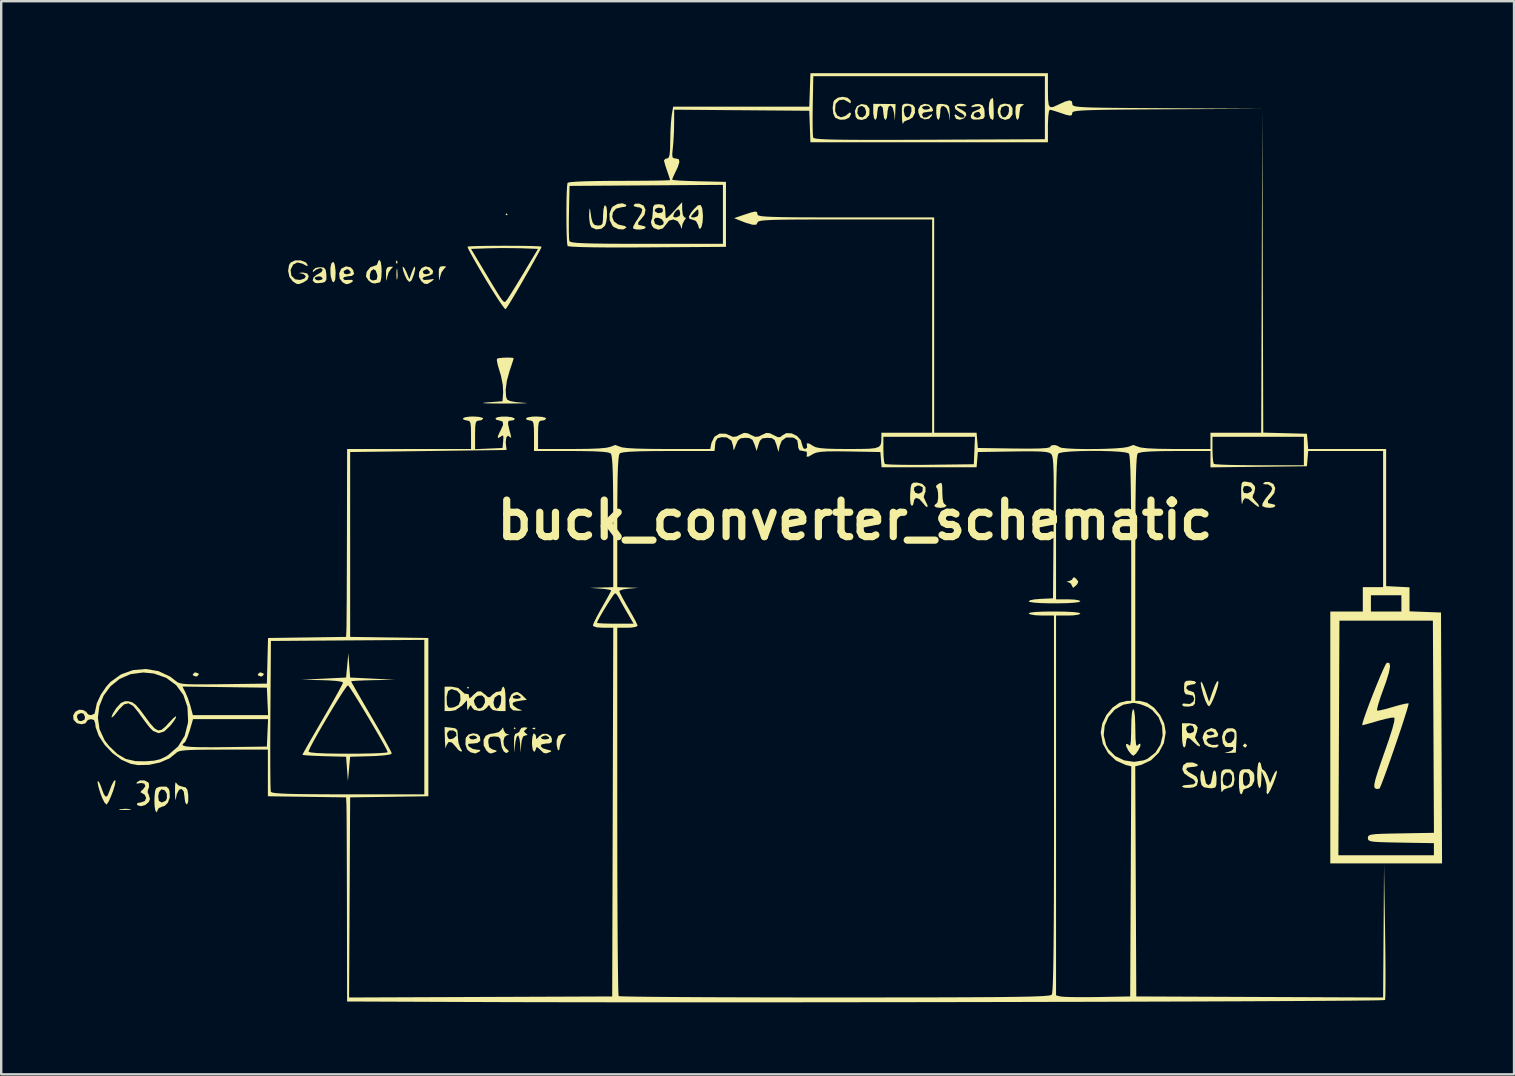
<source format=kicad_pcb>
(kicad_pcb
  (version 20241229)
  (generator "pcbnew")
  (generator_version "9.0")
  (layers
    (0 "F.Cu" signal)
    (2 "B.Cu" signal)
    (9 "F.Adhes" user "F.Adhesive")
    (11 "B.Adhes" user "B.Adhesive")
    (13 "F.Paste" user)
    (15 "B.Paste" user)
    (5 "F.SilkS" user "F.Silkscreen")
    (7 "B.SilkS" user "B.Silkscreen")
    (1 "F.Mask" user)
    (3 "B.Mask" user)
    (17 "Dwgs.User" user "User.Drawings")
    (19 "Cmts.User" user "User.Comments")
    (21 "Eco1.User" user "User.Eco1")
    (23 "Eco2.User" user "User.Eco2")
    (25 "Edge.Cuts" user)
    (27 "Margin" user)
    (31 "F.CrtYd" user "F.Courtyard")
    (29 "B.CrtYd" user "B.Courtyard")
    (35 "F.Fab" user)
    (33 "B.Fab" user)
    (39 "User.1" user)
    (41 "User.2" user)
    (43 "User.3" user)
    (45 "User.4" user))
  (footprint "buck_converter_schematic"
    (layer "F.Cu")
    (at 32.584 18.627)
    (property "Reference" "buck_converter_schematic" (at 0 0 0) (layer "F.SilkS") (effects (font (size 1.524 1.524) (thickness 0.3))))
    (attr board_only exclude_from_pos_files exclude_from_bom)
    (fp_poly (pts (xy -16.087 6.985) (xy -16.129 7.027) (xy -16.171 6.985) (xy -16.129 6.943)) (stroke (width 0) (type solid)) (fill yes) (layer "F.SilkS"))
    (fp_poly (pts (xy -14.478 -12.742) (xy -14.52 -12.7) (xy -14.563 -12.742) (xy -14.52 -12.785)) (stroke (width 0) (type solid)) (fill yes) (layer "F.SilkS"))
    (fp_poly (pts (xy -14.139 8.678) (xy -14.182 8.721) (xy -14.224 8.678) (xy -14.182 8.636)) (stroke (width 0) (type solid)) (fill yes) (layer "F.SilkS"))
    (fp_poly (pts (xy -19.078 -10.809) (xy -19.068 -10.709) (xy -19.078 -10.696) (xy -19.129 -10.708) (xy -19.135 -10.753) (xy -19.104 -10.822)) (stroke (width 0) (type solid)) (fill yes) (layer "F.SilkS"))
    (fp_poly (pts (xy -13.321 8.664) (xy -13.333 8.715) (xy -13.377 8.721) (xy -13.447 8.69) (xy -13.434 8.664) (xy -13.333 8.654)) (stroke (width 0) (type solid)) (fill yes) (layer "F.SilkS"))
    (fp_poly (pts (xy -30.204 12.048) (xy -30.17 12.068) (xy -30.281 12.08) (xy -30.438 12.083) (xy -30.63 12.077) (xy -30.686 12.062) (xy -30.627 12.047) (xy -30.377 12.033)) (stroke (width 0) (type solid)) (fill yes) (layer "F.SilkS"))
    (fp_poly (pts (xy -27.362 6.396) (xy -27.347 6.435) (xy -27.416 6.51) (xy -27.474 6.519) (xy -27.587 6.474) (xy -27.601 6.435) (xy -27.533 6.36) (xy -27.474 6.35)) (stroke (width 0) (type solid)) (fill yes) (layer "F.SilkS"))
    (fp_poly (pts (xy -24.652 6.396) (xy -24.638 6.435) (xy -24.707 6.51) (xy -24.765 6.519) (xy -24.878 6.474) (xy -24.892 6.435) (xy -24.823 6.36) (xy -24.765 6.35)) (stroke (width 0) (type solid)) (fill yes) (layer "F.SilkS"))
    (fp_poly (pts (xy -19.075 -10.435) (xy -19.061 -10.188) (xy -19.075 -10.054) (xy -19.096 -10.014) (xy -19.109 -10.12) (xy -19.112 -10.245) (xy -19.105 -10.428) (xy -19.088 -10.478)) (stroke (width 0) (type solid)) (fill yes) (layer "F.SilkS"))
    (fp_poly (pts (xy 16.338 9.378) (xy 16.341 9.398) (xy 16.276 9.48) (xy 16.256 9.483) (xy 16.174 9.418) (xy 16.171 9.398) (xy 16.236 9.316) (xy 16.256 9.313)) (stroke (width 0) (type solid)) (fill yes) (layer "F.SilkS"))
    (fp_poly (pts (xy -21.713 -10.735) (xy -21.678 -10.624) (xy -21.651 -10.406) (xy -21.645 -10.293) (xy -21.662 -10.029) (xy -21.716 -9.912) (xy -21.786 -9.947) (xy -21.845 -10.139) (xy -21.859 -10.249) (xy -21.863 -10.511) (xy -21.826 -10.692) (xy -21.758 -10.759)) (stroke (width 0) (type solid)) (fill yes) (layer "F.SilkS"))
    (fp_poly (pts (xy -19.258 -10.559) (xy -19.291 -10.505) (xy -19.331 -10.473) (xy -19.438 -10.319) (xy -19.498 -10.118) (xy -19.52 -9.985) (xy -19.534 -10.004) (xy -19.544 -10.183) (xy -19.545 -10.205) (xy -19.54 -10.428) (xy -19.489 -10.531) (xy -19.379 -10.561)) (stroke (width 0) (type solid)) (fill yes) (layer "F.SilkS"))
    (fp_poly (pts (xy -17.045 -10.572) (xy -17.074 -10.517) (xy -17.124 -10.477) (xy -17.235 -10.32) (xy -17.296 -10.118) (xy -17.318 -9.994) (xy -17.333 -10.024) (xy -17.344 -10.214) (xy -17.344 -10.223) (xy -17.341 -10.451) (xy -17.298 -10.556) (xy -17.192 -10.583) (xy -17.171 -10.583)) (stroke (width 0) (type solid)) (fill yes) (layer "F.SilkS"))
    (fp_poly (pts (xy -12.06 8.951) (xy -12.122 9.001) (xy -12.228 9.157) (xy -12.294 9.387) (xy -12.295 9.403) (xy -12.326 9.579) (xy -12.366 9.599) (xy -12.393 9.553) (xy -12.433 9.364) (xy -12.431 9.18) (xy -12.365 8.994) (xy -12.198 8.921) (xy -12.192 8.92) (xy -12.051 8.91)) (stroke (width 0) (type solid)) (fill yes) (layer "F.SilkS"))
    (fp_poly (pts (xy 5.763 -17.522) (xy 5.779 -17.128) (xy 5.784 -16.876) (xy 5.775 -16.737) (xy 5.753 -16.683) (xy 5.741 -16.679) (xy 5.647 -16.739) (xy 5.639 -16.75) (xy 5.589 -16.922) (xy 5.576 -17.163) (xy 5.598 -17.395) (xy 5.654 -17.541) (xy 5.655 -17.543) (xy 5.74 -17.597)) (stroke (width 0) (type solid)) (fill yes) (layer "F.SilkS"))
    (fp_poly (pts (xy 9.229 2.453) (xy 9.309 2.566) (xy 9.264 2.671) (xy 9.207 2.731) (xy 9.097 2.821) (xy 9.06 2.782) (xy 9.059 2.758) (xy 8.989 2.637) (xy 8.911 2.598) (xy 8.812 2.566) (xy 8.876 2.552) (xy 8.905 2.55) (xy 9.043 2.486) (xy 9.074 2.432) (xy 9.124 2.375)) (stroke (width 0) (type solid)) (fill yes) (layer "F.SilkS"))
    (fp_poly (pts (xy 6.921 -17.347) (xy 7.05 -17.33) (xy 7.018 -17.302) (xy 7.006 -17.298) (xy 6.894 -17.203) (xy 6.858 -16.981) (xy 6.858 -16.969) (xy 6.836 -16.776) (xy 6.783 -16.681) (xy 6.773 -16.679) (xy 6.72 -16.754) (xy 6.691 -16.942) (xy 6.689 -17.018) (xy 6.699 -17.235) (xy 6.751 -17.329) (xy 6.879 -17.348)) (stroke (width 0) (type solid)) (fill yes) (layer "F.SilkS"))
    (fp_poly (pts (xy -18.33 -10.471) (xy -18.38 -10.251) (xy -18.39 -10.219) (xy -18.482 -9.988) (xy -18.573 -9.924) (xy -18.674 -10.027) (xy -18.763 -10.211) (xy -18.834 -10.416) (xy -18.854 -10.545) (xy -18.848 -10.56) (xy -18.792 -10.52) (xy -18.709 -10.366) (xy -18.689 -10.319) (xy -18.573 -10.035) (xy -18.472 -10.323) (xy -18.388 -10.521) (xy -18.337 -10.566)) (stroke (width 0) (type solid)) (fill yes) (layer "F.SilkS"))
    (fp_poly (pts (xy 3.662 -17.341) (xy 3.839 -17.309) (xy 3.921 -17.226) (xy 3.947 -17.038) (xy 3.95 -16.976) (xy 3.963 -16.637) (xy 3.908 -16.932) (xy 3.823 -17.164) (xy 3.704 -17.256) (xy 3.603 -17.242) (xy 3.561 -17.121) (xy 3.556 -16.982) (xy 3.535 -16.784) (xy 3.484 -16.683) (xy 3.471 -16.679) (xy 3.419 -16.755) (xy 3.389 -16.943) (xy 3.387 -17.023) (xy 3.395 -17.242) (xy 3.444 -17.335) (xy 3.573 -17.348)) (stroke (width 0) (type solid)) (fill yes) (layer "F.SilkS"))
    (fp_poly (pts (xy 15.149 6.78) (xy 15.113 6.961) (xy 15.036 7.205) (xy 14.938 7.457) (xy 14.841 7.661) (xy 14.767 7.763) (xy 14.762 7.765) (xy 14.695 7.706) (xy 14.606 7.524) (xy 14.521 7.283) (xy 14.439 6.973) (xy 14.41 6.786) (xy 14.43 6.731) (xy 14.491 6.82) (xy 14.588 7.063) (xy 14.61 7.128) (xy 14.76 7.578) (xy 14.894 7.181) (xy 14.996 6.912) (xy 15.081 6.744) (xy 15.136 6.698)) (stroke (width 0) (type solid)) (fill yes) (layer "F.SilkS"))
    (fp_poly (pts (xy 0.488 -17.301) (xy 0.606 -17.146) (xy 0.6 -16.913) (xy 0.585 -16.87) (xy 0.466 -16.733) (xy 0.286 -16.677) (xy 0.115 -16.708) (xy 0.033 -16.8) (xy 0.011 -16.954) (xy 0.099 -16.954) (xy 0.179 -16.813) (xy 0.317 -16.78) (xy 0.44 -16.881) (xy 0.466 -17.018) (xy 0.413 -17.184) (xy 0.295 -17.262) (xy 0.171 -17.231) (xy 0.118 -17.151) (xy 0.099 -16.954) (xy 0.011 -16.954) (xy -0.003 -17.055) (xy 0.084 -17.25) (xy 0.269 -17.341)) (stroke (width 0) (type solid)) (fill yes) (layer "F.SilkS"))
    (fp_poly (pts (xy -30.819 10.876) (xy -30.847 11.045) (xy -30.918 11.279) (xy -31.011 11.525) (xy -31.105 11.732) (xy -31.181 11.845) (xy -31.198 11.853) (xy -31.273 11.78) (xy -31.372 11.589) (xy -31.45 11.387) (xy -31.528 11.129) (xy -31.566 10.941) (xy -31.561 10.874) (xy -31.509 10.914) (xy -31.436 11.074) (xy -31.41 11.149) (xy -31.309 11.422) (xy -31.227 11.533) (xy -31.152 11.488) (xy -31.072 11.291) (xy -31.072 11.29) (xy -30.987 11.066) (xy -30.903 10.902) (xy -30.84 10.832)) (stroke (width 0) (type solid)) (fill yes) (layer "F.SilkS"))
    (fp_poly (pts (xy -9.539 -13.142) (xy -9.525 -13.123) (xy -9.558 -13.064) (xy -9.724 -13.039) (xy -9.734 -13.039) (xy -9.961 -12.978) (xy -10.088 -12.827) (xy -10.117 -12.635) (xy -10.045 -12.45) (xy -9.871 -12.321) (xy -9.747 -12.292) (xy -9.579 -12.253) (xy -9.525 -12.193) (xy -9.528 -12.187) (xy -9.66 -12.113) (xy -9.859 -12.126) (xy -10.051 -12.214) (xy -10.105 -12.262) (xy -10.22 -12.495) (xy -10.232 -12.769) (xy -10.141 -13.01) (xy -10.09 -13.068) (xy -9.896 -13.177) (xy -9.689 -13.204)) (stroke (width 0) (type solid)) (fill yes) (layer "F.SilkS"))
    (fp_poly (pts (xy -8.807 -13.105) (xy -8.729 -12.933) (xy -8.771 -12.725) (xy -8.886 -12.577) (xy -9.035 -12.407) (xy -9.03 -12.307) (xy -8.89 -12.277) (xy -8.752 -12.241) (xy -8.721 -12.192) (xy -8.792 -12.136) (xy -8.955 -12.109) (xy -9.133 -12.115) (xy -9.251 -12.158) (xy -9.235 -12.249) (xy -9.139 -12.426) (xy -9.055 -12.55) (xy -8.897 -12.803) (xy -8.865 -12.958) (xy -8.961 -13.03) (xy -9.064 -13.039) (xy -9.199 -13.077) (xy -9.229 -13.129) (xy -9.157 -13.186) (xy -8.996 -13.192)) (stroke (width 0) (type solid)) (fill yes) (layer "F.SilkS"))
    (fp_poly (pts (xy 3.618 -1.526) (xy 3.638 -1.388) (xy 3.641 -1.144) (xy 3.655 -0.888) (xy 3.69 -0.719) (xy 3.725 -0.677) (xy 3.808 -0.613) (xy 3.81 -0.593) (xy 3.736 -0.533) (xy 3.559 -0.508) (xy 3.556 -0.508) (xy 3.378 -0.533) (xy 3.302 -0.592) (xy 3.302 -0.593) (xy 3.366 -0.675) (xy 3.387 -0.677) (xy 3.441 -0.75) (xy 3.467 -0.922) (xy 3.465 -1.128) (xy 3.434 -1.299) (xy 3.386 -1.369) (xy 3.38 -1.427) (xy 3.47 -1.504) (xy 3.567 -1.554)) (stroke (width 0) (type solid)) (fill yes) (layer "F.SilkS"))
    (fp_poly (pts (xy 14.53 10.489) (xy 14.573 10.675) (xy 14.579 10.732) (xy 14.629 10.969) (xy 14.729 11.049) (xy 14.732 11.049) (xy 14.833 10.972) (xy 14.885 10.738) (xy 14.885 10.732) (xy 14.926 10.497) (xy 14.984 10.422) (xy 15.039 10.497) (xy 15.069 10.717) (xy 15.071 10.795) (xy 15.064 11.029) (xy 15.021 11.14) (xy 14.908 11.174) (xy 14.783 11.176) (xy 14.544 11.135) (xy 14.445 11.042) (xy 14.402 10.851) (xy 14.396 10.639) (xy 14.423 10.472) (xy 14.473 10.414)) (stroke (width 0) (type solid)) (fill yes) (layer "F.SilkS"))
    (fp_poly (pts (xy -28.306 10.938) (xy -28.201 11.054) (xy -28.041 11.107) (xy -27.895 11.144) (xy -27.822 11.243) (xy -27.79 11.454) (xy -27.787 11.493) (xy -27.789 11.727) (xy -27.831 11.846) (xy -27.85 11.853) (xy -27.91 11.779) (xy -27.939 11.597) (xy -27.94 11.562) (xy -27.976 11.311) (xy -28.063 11.205) (xy -28.169 11.24) (xy -28.262 11.412) (xy -28.301 11.6) (xy -28.318 11.674) (xy -28.332 11.596) (xy -28.34 11.383) (xy -28.34 11.345) (xy -28.337 11.091) (xy -28.325 10.944) (xy -28.307 10.935)) (stroke (width 0) (type solid)) (fill yes) (layer "F.SilkS"))
    (fp_poly (pts (xy 6.461 -17.322) (xy 6.556 -17.191) (xy 6.57 -17.144) (xy 6.564 -16.906) (xy 6.442 -16.735) (xy 6.265 -16.679) (xy 6.087 -16.74) (xy 6.012 -16.805) (xy 5.949 -16.988) (xy 5.952 -17.033) (xy 6.058 -17.033) (xy 6.078 -16.908) (xy 6.162 -16.789) (xy 6.28 -16.797) (xy 6.383 -16.913) (xy 6.419 -17.04) (xy 6.413 -17.212) (xy 6.321 -17.27) (xy 6.278 -17.272) (xy 6.109 -17.21) (xy 6.058 -17.033) (xy 5.952 -17.033) (xy 5.961 -17.144) (xy 6.042 -17.303) (xy 6.209 -17.355) (xy 6.265 -17.357)) (stroke (width 0) (type solid)) (fill yes) (layer "F.SilkS"))
    (fp_poly (pts (xy 17.44 -1.506) (xy 17.518 -1.334) (xy 17.476 -1.126) (xy 17.361 -0.977) (xy 17.212 -0.808) (xy 17.217 -0.707) (xy 17.357 -0.677) (xy 17.494 -0.642) (xy 17.526 -0.593) (xy 17.456 -0.532) (xy 17.294 -0.51) (xy 17.113 -0.526) (xy 16.986 -0.58) (xy 16.974 -0.595) (xy 16.993 -0.704) (xy 17.103 -0.883) (xy 17.185 -0.984) (xy 17.342 -1.183) (xy 17.39 -1.311) (xy 17.347 -1.408) (xy 17.209 -1.492) (xy 17.131 -1.488) (xy 17.031 -1.497) (xy 17.018 -1.532) (xy 17.09 -1.587) (xy 17.251 -1.593)) (stroke (width 0) (type solid)) (fill yes) (layer "F.SilkS"))
    (fp_poly (pts (xy -10.359 -13.05) (xy -10.334 -12.867) (xy -10.337 -12.634) (xy -10.37 -12.408) (xy -10.417 -12.271) (xy -10.57 -12.141) (xy -10.783 -12.114) (xy -10.978 -12.198) (xy -10.99 -12.209) (xy -11.047 -12.349) (xy -11.077 -12.591) (xy -11.079 -12.738) (xy -11.067 -12.94) (xy -11.05 -12.989) (xy -11.034 -12.912) (xy -10.986 -12.585) (xy -10.931 -12.394) (xy -10.851 -12.302) (xy -10.728 -12.277) (xy -10.709 -12.277) (xy -10.584 -12.291) (xy -10.522 -12.361) (xy -10.501 -12.532) (xy -10.499 -12.7) (xy -10.483 -12.941) (xy -10.444 -13.095) (xy -10.414 -13.123)) (stroke (width 0) (type solid)) (fill yes) (layer "F.SilkS"))
    (fp_poly (pts (xy -6.365 -12.996) (xy -6.337 -12.697) (xy -6.336 -12.666) (xy -6.35 -12.419) (xy -6.391 -12.235) (xy -6.445 -12.139) (xy -6.499 -12.161) (xy -6.533 -12.288) (xy -6.626 -12.466) (xy -6.752 -12.515) (xy -6.899 -12.559) (xy -6.926 -12.649) (xy -6.919 -12.662) (xy -6.832 -12.662) (xy -6.81 -12.62) (xy -6.702 -12.615) (xy -6.552 -12.669) (xy -6.519 -12.785) (xy -6.532 -12.922) (xy -6.549 -12.954) (xy -6.62 -12.899) (xy -6.731 -12.785) (xy -6.832 -12.662) (xy -6.919 -12.662) (xy -6.832 -12.812) (xy -6.719 -12.953) (xy -6.549 -13.118) (xy -6.433 -13.134)) (stroke (width 0) (type solid)) (fill yes) (layer "F.SilkS"))
    (fp_poly (pts (xy -0.314 -17.605) (xy -0.188 -17.498) (xy -0.169 -17.421) (xy -0.198 -17.368) (xy -0.271 -17.424) (xy -0.463 -17.526) (xy -0.659 -17.501) (xy -0.795 -17.363) (xy -0.812 -17.315) (xy -0.827 -17.048) (xy -0.743 -16.864) (xy -0.589 -16.787) (xy -0.397 -16.846) (xy -0.336 -16.894) (xy -0.215 -16.989) (xy -0.173 -16.964) (xy -0.169 -16.913) (xy -0.24 -16.775) (xy -0.412 -16.695) (xy -0.621 -16.686) (xy -0.806 -16.76) (xy -0.83 -16.781) (xy -0.903 -16.943) (xy -0.929 -17.18) (xy -0.903 -17.405) (xy -0.867 -17.49) (xy -0.713 -17.606) (xy -0.509 -17.643)) (stroke (width 0) (type solid)) (fill yes) (layer "F.SilkS"))
    (fp_poly (pts (xy 1.228 -17.345) (xy 1.693 -17.339) (xy 1.665 -16.637) (xy 1.632 -16.954) (xy 1.574 -17.188) (xy 1.485 -17.28) (xy 1.401 -17.229) (xy 1.356 -17.031) (xy 1.355 -16.976) (xy 1.333 -16.78) (xy 1.281 -16.682) (xy 1.27 -16.679) (xy 1.214 -16.754) (xy 1.186 -16.937) (xy 1.185 -16.976) (xy 1.158 -17.195) (xy 1.07 -17.271) (xy 1.058 -17.272) (xy 0.964 -17.208) (xy 0.932 -17.003) (xy 0.931 -16.976) (xy 0.91 -16.78) (xy 0.858 -16.682) (xy 0.847 -16.679) (xy 0.793 -16.754) (xy 0.764 -16.942) (xy 0.762 -17.015) (xy 0.762 -17.35)) (stroke (width 0) (type solid)) (fill yes) (layer "F.SilkS"))
    (fp_poly (pts (xy 4.581 -17.336) (xy 4.657 -17.285) (xy 4.657 -17.284) (xy 4.586 -17.243) (xy 4.445 -17.251) (xy 4.273 -17.262) (xy 4.248 -17.215) (xy 4.371 -17.134) (xy 4.451 -17.1) (xy 4.618 -16.984) (xy 4.641 -16.87) (xy 4.546 -16.747) (xy 4.377 -16.687) (xy 4.222 -16.72) (xy 4.209 -16.732) (xy 4.149 -16.867) (xy 4.149 -16.88) (xy 4.192 -16.91) (xy 4.25 -16.866) (xy 4.39 -16.781) (xy 4.52 -16.772) (xy 4.572 -16.835) (xy 4.504 -16.918) (xy 4.36 -17.003) (xy 4.184 -17.129) (xy 4.155 -17.255) (xy 4.27 -17.34) (xy 4.403 -17.357)) (stroke (width 0) (type solid)) (fill yes) (layer "F.SilkS"))
    (fp_poly (pts (xy -29.612 10.851) (xy -29.459 10.93) (xy -29.428 10.978) (xy -29.421 11.14) (xy -29.455 11.201) (xy -29.483 11.34) (xy -29.437 11.441) (xy -29.383 11.626) (xy -29.431 11.748) (xy -29.574 11.874) (xy -29.755 11.926) (xy -29.902 11.886) (xy -29.927 11.858) (xy -29.902 11.79) (xy -29.765 11.769) (xy -29.6 11.711) (xy -29.542 11.581) (xy -29.603 11.446) (xy -29.689 11.394) (xy -29.78 11.342) (xy -29.735 11.274) (xy -29.676 11.229) (xy -29.577 11.094) (xy -29.615 10.986) (xy -29.762 10.956) (xy -29.82 10.97) (xy -29.941 10.985) (xy -29.935 10.931) (xy -29.8 10.848)) (stroke (width 0) (type solid)) (fill yes) (layer "F.SilkS"))
    (fp_poly (pts (xy -13.656 8.651) (xy -13.685 8.701) (xy -13.716 8.722) (xy -13.8 8.802) (xy -13.733 8.877) (xy -13.716 8.889) (xy -13.637 8.955) (xy -13.712 8.973) (xy -13.732 8.973) (xy -13.833 9.023) (xy -13.89 9.193) (xy -13.908 9.335) (xy -13.94 9.694) (xy -13.955 9.335) (xy -13.981 9.115) (xy -14.028 8.987) (xy -14.05 8.975) (xy -14.105 9.05) (xy -14.151 9.24) (xy -14.162 9.335) (xy -14.194 9.694) (xy -14.209 9.292) (xy -14.205 9.037) (xy -14.162 8.914) (xy -14.097 8.89) (xy -13.985 8.822) (xy -13.97 8.763) (xy -13.898 8.66) (xy -13.78 8.637)) (stroke (width 0) (type solid)) (fill yes) (layer "F.SilkS"))
    (fp_poly (pts (xy 2.41 -17.309) (xy 2.497 -17.191) (xy 2.5 -16.974) (xy 2.403 -16.783) (xy 2.242 -16.683) (xy 2.205 -16.679) (xy 2.053 -16.612) (xy 2.006 -16.531) (xy 1.984 -16.526) (xy 1.966 -16.66) (xy 1.957 -16.87) (xy 1.956 -17.074) (xy 2.032 -17.074) (xy 2.075 -16.857) (xy 2.173 -16.774) (xy 2.281 -16.829) (xy 2.353 -17.027) (xy 2.355 -17.046) (xy 2.349 -17.214) (xy 2.252 -17.27) (xy 2.207 -17.272) (xy 2.067 -17.221) (xy 2.032 -17.074) (xy 1.956 -17.074) (xy 1.955 -17.144) (xy 1.977 -17.289) (xy 2.043 -17.346) (xy 2.173 -17.357) (xy 2.196 -17.357)) (stroke (width 0) (type solid)) (fill yes) (layer "F.SilkS"))
    (fp_poly (pts (xy 15.65 10.388) (xy 15.784 10.53) (xy 15.818 10.799) (xy 15.816 10.83) (xy 15.779 11.039) (xy 15.688 11.133) (xy 15.563 11.16) (xy 15.379 11.228) (xy 15.297 11.329) (xy 15.277 11.329) (xy 15.26 11.19) (xy 15.25 10.953) (xy 15.25 10.827) (xy 15.323 10.827) (xy 15.355 10.999) (xy 15.381 11.035) (xy 15.526 11.092) (xy 15.657 11.005) (xy 15.715 10.873) (xy 15.719 10.656) (xy 15.624 10.528) (xy 15.457 10.527) (xy 15.362 10.64) (xy 15.323 10.827) (xy 15.25 10.827) (xy 15.251 10.663) (xy 15.275 10.5) (xy 15.338 10.419) (xy 15.426 10.385)) (stroke (width 0) (type solid)) (fill yes) (layer "F.SilkS"))
    (fp_poly (pts (xy 14.096 10.11) (xy 14.274 10.18) (xy 14.288 10.246) (xy 14.143 10.285) (xy 14.057 10.288) (xy 13.852 10.317) (xy 13.803 10.396) (xy 13.912 10.507) (xy 14.047 10.579) (xy 14.234 10.694) (xy 14.295 10.834) (xy 14.291 10.918) (xy 14.248 11.065) (xy 14.127 11.135) (xy 13.949 11.16) (xy 13.745 11.158) (xy 13.637 11.12) (xy 13.631 11.105) (xy 13.705 11.053) (xy 13.883 11.036) (xy 13.897 11.037) (xy 14.121 11.012) (xy 14.195 10.927) (xy 14.118 10.811) (xy 13.935 10.708) (xy 13.724 10.561) (xy 13.643 10.384) (xy 13.68 10.219) (xy 13.823 10.111) (xy 14.061 10.102)) (stroke (width 0) (type solid)) (fill yes) (layer "F.SilkS"))
    (fp_poly (pts (xy 14.148 6.713) (xy 14.224 6.772) (xy 14.224 6.773) (xy 14.152 6.837) (xy 14.012 6.858) (xy 13.845 6.905) (xy 13.805 7.007) (xy 13.897 7.102) (xy 13.991 7.127) (xy 14.123 7.178) (xy 14.175 7.313) (xy 14.182 7.451) (xy 14.166 7.652) (xy 14.087 7.741) (xy 13.906 7.774) (xy 13.705 7.766) (xy 13.631 7.701) (xy 13.693 7.64) (xy 13.758 7.651) (xy 13.962 7.665) (xy 14.106 7.562) (xy 14.139 7.442) (xy 14.085 7.315) (xy 13.928 7.281) (xy 13.785 7.259) (xy 13.726 7.16) (xy 13.716 6.985) (xy 13.73 6.786) (xy 13.802 6.704) (xy 13.97 6.689)) (stroke (width 0) (type solid)) (fill yes) (layer "F.SilkS"))
    (fp_poly (pts (xy -13.914 7.255) (xy -13.866 7.301) (xy -13.674 7.493) (xy -13.885 7.518) (xy -14.149 7.562) (xy -14.265 7.618) (xy -14.256 7.703) (xy -14.227 7.743) (xy -14.064 7.858) (xy -13.943 7.9) (xy -13.868 7.926) (xy -13.961 7.943) (xy -14.036 7.947) (xy -14.251 7.926) (xy -14.363 7.819) (xy -14.383 7.771) (xy -14.42 7.492) (xy -14.362 7.366) (xy -14.266 7.366) (xy -14.236 7.428) (xy -14.097 7.451) (xy -13.95 7.424) (xy -13.928 7.366) (xy -14.051 7.287) (xy -14.097 7.281) (xy -14.239 7.335) (xy -14.266 7.366) (xy -14.362 7.366) (xy -14.318 7.27) (xy -14.215 7.192) (xy -14.069 7.161)) (stroke (width 0) (type solid)) (fill yes) (layer "F.SilkS"))
    (fp_poly (pts (xy 11.639 7.954) (xy 11.668 8.178) (xy 11.683 8.521) (xy 11.685 8.7) (xy 11.693 9.101) (xy 11.714 9.341) (xy 11.749 9.416) (xy 11.765 9.4) (xy 11.857 9.32) (xy 11.898 9.33) (xy 11.893 9.427) (xy 11.817 9.585) (xy 11.71 9.738) (xy 11.612 9.819) (xy 11.599 9.821) (xy 11.512 9.758) (xy 11.392 9.605) (xy 11.391 9.602) (xy 11.306 9.434) (xy 11.299 9.331) (xy 11.301 9.33) (xy 11.383 9.342) (xy 11.433 9.4) (xy 11.473 9.389) (xy 11.499 9.212) (xy 11.512 8.872) (xy 11.513 8.7) (xy 11.522 8.314) (xy 11.546 8.035) (xy 11.581 7.89) (xy 11.599 7.874)) (stroke (width 0) (type solid)) (fill yes) (layer "F.SilkS"))
    (fp_poly (pts (xy 16.6 10.51) (xy 16.645 10.627) (xy 16.645 10.866) (xy 16.546 11.066) (xy 16.382 11.171) (xy 16.338 11.176) (xy 16.202 11.23) (xy 16.171 11.303) (xy 16.126 11.416) (xy 16.087 11.43) (xy 16.041 11.353) (xy 16.011 11.153) (xy 16.002 10.932) (xy 16.006 10.795) (xy 16.171 10.795) (xy 16.187 11.001) (xy 16.248 11.077) (xy 16.32 11.075) (xy 16.437 10.98) (xy 16.468 10.795) (xy 16.425 10.586) (xy 16.32 10.515) (xy 16.219 10.529) (xy 16.177 10.648) (xy 16.171 10.795) (xy 16.006 10.795) (xy 16.01 10.647) (xy 16.042 10.488) (xy 16.113 10.412) (xy 16.179 10.387) (xy 16.436 10.379)) (stroke (width 0) (type solid)) (fill yes) (layer "F.SilkS"))
    (fp_poly (pts (xy -21.02 -10.535) (xy -20.919 -10.425) (xy -20.873 -10.261) (xy -20.968 -10.177) (xy -21.138 -10.16) (xy -21.291 -10.126) (xy -21.336 -10.065) (xy -21.265 -10.006) (xy -21.124 -10.011) (xy -20.957 -10.014) (xy -20.918 -9.959) (xy -21.028 -9.88) (xy -21.047 -9.873) (xy -21.161 -9.832) (xy -21.237 -9.845) (xy -21.357 -9.913) (xy -21.477 -10.067) (xy -21.497 -10.281) (xy -21.467 -10.351) (xy -21.315 -10.351) (xy -21.276 -10.266) (xy -21.167 -10.245) (xy -21.032 -10.284) (xy -21.018 -10.351) (xy -21.122 -10.449) (xy -21.167 -10.456) (xy -21.294 -10.39) (xy -21.315 -10.351) (xy -21.467 -10.351) (xy -21.412 -10.473) (xy -21.404 -10.482) (xy -21.213 -10.577)) (stroke (width 0) (type solid)) (fill yes) (layer "F.SilkS"))
    (fp_poly (pts (xy -19.766 -10.761) (xy -19.735 -10.563) (xy -19.727 -10.372) (xy -19.74 -10.117) (xy -19.773 -9.947) (xy -19.805 -9.906) (xy -19.95 -9.878) (xy -20.001 -9.861) (xy -20.139 -9.884) (xy -20.275 -9.988) (xy -20.38 -10.15) (xy -20.37 -10.223) (xy -20.22 -10.223) (xy -20.215 -10.053) (xy -20.123 -9.994) (xy -20.066 -9.991) (xy -19.937 -10.022) (xy -19.906 -10.149) (xy -19.912 -10.223) (xy -19.974 -10.402) (xy -20.066 -10.456) (xy -20.172 -10.381) (xy -20.22 -10.223) (xy -20.37 -10.223) (xy -20.358 -10.319) (xy -20.335 -10.372) (xy -20.199 -10.538) (xy -20.068 -10.583) (xy -19.928 -10.636) (xy -19.897 -10.71) (xy -19.851 -10.823) (xy -19.812 -10.837)) (stroke (width 0) (type solid)) (fill yes) (layer "F.SilkS"))
    (fp_poly (pts (xy -17.716 -10.531) (xy -17.582 -10.388) (xy -17.606 -10.257) (xy -17.777 -10.179) (xy -17.801 -10.176) (xy -17.97 -10.128) (xy -18.034 -10.059) (xy -17.96 -10.007) (xy -17.759 -10.021) (xy -17.759 -10.021) (xy -17.582 -10.049) (xy -17.551 -10.029) (xy -17.647 -9.947) (xy -17.648 -9.947) (xy -17.822 -9.839) (xy -17.95 -9.853) (xy -18.075 -9.959) (xy -18.176 -10.145) (xy -18.163 -10.34) (xy -18.156 -10.351) (xy -18.013 -10.351) (xy -17.974 -10.266) (xy -17.865 -10.245) (xy -17.73 -10.284) (xy -17.716 -10.351) (xy -17.82 -10.449) (xy -17.865 -10.456) (xy -17.992 -10.39) (xy -18.013 -10.351) (xy -18.156 -10.351) (xy -18.063 -10.499) (xy -17.904 -10.577)) (stroke (width 0) (type solid)) (fill yes) (layer "F.SilkS"))
    (fp_poly (pts (xy 3.089 -17.316) (xy 3.215 -17.192) (xy 3.262 -17.071) (xy 3.199 -17.025) (xy 3.051 -17.018) (xy 2.848 -16.981) (xy 2.794 -16.891) (xy 2.851 -16.782) (xy 2.988 -16.782) (xy 3.126 -16.87) (xy 3.208 -16.93) (xy 3.202 -16.855) (xy 3.2 -16.849) (xy 3.09 -16.728) (xy 2.911 -16.7) (xy 2.742 -16.772) (xy 2.717 -16.798) (xy 2.643 -16.979) (xy 2.639 -17.119) (xy 2.678 -17.187) (xy 2.794 -17.187) (xy 2.865 -17.119) (xy 2.963 -17.103) (xy 3.101 -17.138) (xy 3.133 -17.187) (xy 3.062 -17.256) (xy 2.963 -17.272) (xy 2.826 -17.237) (xy 2.794 -17.187) (xy 2.678 -17.187) (xy 2.731 -17.282) (xy 2.902 -17.351)) (stroke (width 0) (type solid)) (fill yes) (layer "F.SilkS"))
    (fp_poly (pts (xy 5.318 -17.288) (xy 5.385 -17.143) (xy 5.402 -17.014) (xy 5.406 -16.814) (xy 5.343 -16.726) (xy 5.164 -16.697) (xy 5.126 -16.694) (xy 4.923 -16.696) (xy 4.839 -16.756) (xy 4.826 -16.844) (xy 4.839 -16.871) (xy 4.942 -16.871) (xy 4.969 -16.818) (xy 5.104 -16.763) (xy 5.222 -16.814) (xy 5.249 -16.891) (xy 5.184 -17.003) (xy 5.127 -17.018) (xy 4.989 -16.971) (xy 4.942 -16.871) (xy 4.839 -16.871) (xy 4.901 -17.004) (xy 5.038 -17.068) (xy 5.196 -17.136) (xy 5.249 -17.206) (xy 5.179 -17.251) (xy 5.016 -17.233) (xy 4.866 -17.207) (xy 4.856 -17.246) (xy 4.88 -17.273) (xy 5.033 -17.339) (xy 5.176 -17.343)) (stroke (width 0) (type solid)) (fill yes) (layer "F.SilkS"))
    (fp_poly (pts (xy -28.699 11.11) (xy -28.603 11.195) (xy -28.567 11.304) (xy -28.557 11.557) (xy -28.636 11.78) (xy -28.777 11.918) (xy -28.863 11.938) (xy -29.016 12.004) (xy -29.064 12.086) (xy -29.1 12.187) (xy -29.147 12.125) (xy -29.16 12.097) (xy -29.19 11.933) (xy -29.199 11.678) (xy -29.194 11.546) (xy -29.192 11.524) (xy -29.041 11.524) (xy -29.01 11.708) (xy -28.903 11.768) (xy -28.881 11.769) (xy -28.73 11.698) (xy -28.681 11.611) (xy -28.68 11.414) (xy -28.762 11.267) (xy -28.892 11.224) (xy -28.916 11.231) (xy -29.008 11.344) (xy -29.041 11.524) (xy -29.192 11.524) (xy -29.171 11.299) (xy -29.122 11.173) (xy -29.015 11.123) (xy -28.895 11.107)) (stroke (width 0) (type solid)) (fill yes) (layer "F.SilkS"))
    (fp_poly (pts (xy -22.894 -10.744) (xy -22.86 -10.71) (xy -22.797 -10.604) (xy -22.86 -10.598) (xy -23.031 -10.689) (xy -23.24 -10.739) (xy -23.419 -10.646) (xy -23.52 -10.437) (xy -23.523 -10.422) (xy -23.489 -10.184) (xy -23.333 -10.035) (xy -23.128 -10.008) (xy -22.945 -10.067) (xy -22.886 -10.159) (xy -22.963 -10.244) (xy -23.046 -10.269) (xy -23.164 -10.296) (xy -23.127 -10.31) (xy -23.008 -10.318) (xy -22.828 -10.276) (xy -22.765 -10.159) (xy -22.821 -10.018) (xy -22.993 -9.904) (xy -23.161 -9.841) (xy -23.255 -9.838) (xy -23.363 -9.903) (xy -23.434 -9.953) (xy -23.571 -10.136) (xy -23.625 -10.387) (xy -23.589 -10.628) (xy -23.52 -10.736) (xy -23.334 -10.823) (xy -23.095 -10.824)) (stroke (width 0) (type solid)) (fill yes) (layer "F.SilkS"))
    (fp_poly (pts (xy -16.828 8.652) (xy -16.652 8.682) (xy -16.573 8.76) (xy -16.553 8.939) (xy -16.552 9.024) (xy -16.525 9.281) (xy -16.456 9.481) (xy -16.436 9.511) (xy -16.375 9.625) (xy -16.413 9.652) (xy -16.522 9.588) (xy -16.645 9.44) (xy -16.804 9.267) (xy -16.938 9.25) (xy -17.027 9.388) (xy -17.042 9.461) (xy -17.061 9.506) (xy -17.078 9.404) (xy -17.09 9.176) (xy -17.09 9.16) (xy -17.097 8.881) (xy -17.001 8.881) (xy -16.99 9.011) (xy -16.93 9.123) (xy -16.833 9.129) (xy -16.729 9.093) (xy -16.608 8.984) (xy -16.628 8.849) (xy -16.736 8.769) (xy -16.908 8.768) (xy -17.001 8.881) (xy -17.097 8.881) (xy -17.103 8.625)) (stroke (width 0) (type solid)) (fill yes) (layer "F.SilkS"))
    (fp_poly (pts (xy -14.272 -6.764) (xy -14.224 -6.744) (xy -14.249 -6.655) (xy -14.315 -6.453) (xy -14.393 -6.223) (xy -14.507 -5.811) (xy -14.557 -5.436) (xy -14.541 -5.143) (xy -14.495 -5.021) (xy -14.379 -4.964) (xy -14.133 -4.917) (xy -13.798 -4.889) (xy -13.67 -4.88) (xy -13.698 -4.871) (xy -13.868 -4.865) (xy -14.169 -4.86) (xy -14.563 -4.858) (xy -15.035 -4.86) (xy -15.347 -4.865) (xy -15.497 -4.875) (xy -15.483 -4.889) (xy -15.325 -4.905) (xy -14.69 -4.953) (xy -14.663 -5.32) (xy -14.679 -5.635) (xy -14.752 -6.007) (xy -14.804 -6.182) (xy -14.884 -6.448) (xy -14.925 -6.646) (xy -14.922 -6.725) (xy -14.823 -6.752) (xy -14.637 -6.769) (xy -14.431 -6.774)) (stroke (width 0) (type solid)) (fill yes) (layer "F.SilkS"))
    (fp_poly (pts (xy 14.181 8.51) (xy 14.287 8.639) (xy 14.244 8.85) (xy 14.224 8.89) (xy 14.173 9.059) (xy 14.25 9.21) (xy 14.273 9.236) (xy 14.38 9.384) (xy 14.37 9.438) (xy 14.268 9.389) (xy 14.139 9.271) (xy 13.955 9.102) (xy 13.847 9.078) (xy 13.803 9.199) (xy 13.801 9.271) (xy 13.772 9.43) (xy 13.716 9.483) (xy 13.671 9.406) (xy 13.64 9.204) (xy 13.631 8.975) (xy 13.631 8.721) (xy 13.801 8.721) (xy 13.861 8.862) (xy 13.97 8.89) (xy 14.112 8.83) (xy 14.139 8.721) (xy 14.079 8.579) (xy 13.97 8.551) (xy 13.828 8.611) (xy 13.801 8.721) (xy 13.631 8.721) (xy 13.631 8.467) (xy 13.93 8.467)) (stroke (width 0) (type solid)) (fill yes) (layer "F.SilkS"))
    (fp_poly (pts (xy 15.748 8.678) (xy 15.849 8.73) (xy 15.898 8.833) (xy 15.908 9.032) (xy 15.9 9.214) (xy 15.875 9.694) (xy 15.579 9.706) (xy 15.421 9.708) (xy 15.43 9.695) (xy 15.508 9.68) (xy 15.69 9.615) (xy 15.775 9.533) (xy 15.755 9.458) (xy 15.614 9.463) (xy 15.439 9.451) (xy 15.338 9.305) (xy 15.299 9.042) (xy 15.417 9.042) (xy 15.442 9.193) (xy 15.543 9.3) (xy 15.674 9.281) (xy 15.783 9.157) (xy 15.817 9.037) (xy 15.812 8.867) (xy 15.72 8.808) (xy 15.666 8.805) (xy 15.489 8.873) (xy 15.417 9.042) (xy 15.299 9.042) (xy 15.298 9.036) (xy 15.368 8.816) (xy 15.523 8.682) (xy 15.738 8.675)) (stroke (width 0) (type solid)) (fill yes) (layer "F.SilkS"))
    (fp_poly (pts (xy -22.136 -10.522) (xy -22.06 -10.433) (xy -22.03 -10.234) (xy -22.029 -10.025) (xy -22.09 -9.926) (xy -22.203 -9.89) (xy -22.401 -9.873) (xy -22.503 -9.886) (xy -22.601 -9.978) (xy -22.58 -10.075) (xy -22.521 -10.075) (xy -22.45 -10.007) (xy -22.352 -9.991) (xy -22.214 -10.026) (xy -22.183 -10.075) (xy -22.254 -10.144) (xy -22.352 -10.16) (xy -22.49 -10.125) (xy -22.521 -10.075) (xy -22.58 -10.075) (xy -22.573 -10.11) (xy -22.434 -10.227) (xy -22.394 -10.245) (xy -22.238 -10.338) (xy -22.183 -10.435) (xy -22.248 -10.495) (xy -22.293 -10.499) (xy -22.445 -10.445) (xy -22.515 -10.393) (xy -22.597 -10.333) (xy -22.59 -10.408) (xy -22.588 -10.414) (xy -22.479 -10.511) (xy -22.303 -10.541)) (stroke (width 0) (type solid)) (fill yes) (layer "F.SilkS"))
    (fp_poly (pts (xy -15.733 8.919) (xy -15.63 9.025) (xy -15.613 9.2) (xy -15.738 9.293) (xy -15.933 9.313) (xy -16.103 9.325) (xy -16.131 9.375) (xy -16.087 9.44) (xy -15.926 9.538) (xy -15.759 9.569) (xy -15.617 9.581) (xy -15.627 9.626) (xy -15.663 9.652) (xy -15.793 9.718) (xy -15.833 9.726) (xy -15.941 9.699) (xy -16.023 9.678) (xy -16.162 9.564) (xy -16.236 9.351) (xy -16.226 9.103) (xy -16.216 9.065) (xy -16.21 9.059) (xy -16.087 9.059) (xy -16.016 9.128) (xy -15.917 9.144) (xy -15.78 9.109) (xy -15.748 9.059) (xy -15.819 8.991) (xy -15.917 8.975) (xy -16.055 9.01) (xy -16.087 9.059) (xy -16.21 9.059) (xy -16.102 8.937) (xy -15.917 8.886)) (stroke (width 0) (type solid)) (fill yes) (layer "F.SilkS"))
    (fp_poly (pts (xy 15.03 8.722) (xy 15.138 8.91) (xy 15.14 8.92) (xy 15.116 9.021) (xy 14.968 9.058) (xy 14.908 9.059) (xy 14.705 9.095) (xy 14.647 9.181) (xy 14.718 9.298) (xy 14.877 9.372) (xy 15.042 9.37) (xy 15.07 9.356) (xy 15.148 9.362) (xy 15.155 9.393) (xy 15.089 9.471) (xy 14.932 9.486) (xy 14.748 9.448) (xy 14.6 9.363) (xy 14.566 9.319) (xy 14.484 9.071) (xy 14.544 8.89) (xy 14.647 8.89) (xy 14.718 8.959) (xy 14.817 8.975) (xy 14.954 8.939) (xy 14.986 8.89) (xy 14.915 8.821) (xy 14.817 8.805) (xy 14.679 8.841) (xy 14.647 8.89) (xy 14.544 8.89) (xy 14.552 8.867) (xy 14.652 8.759) (xy 14.851 8.666)) (stroke (width 0) (type solid)) (fill yes) (layer "F.SilkS"))
    (fp_poly (pts (xy 16.917 10.146) (xy 16.933 10.245) (xy 16.971 10.382) (xy 17.022 10.414) (xy 17.107 10.486) (xy 17.197 10.661) (xy 17.207 10.688) (xy 17.303 10.962) (xy 17.419 10.678) (xy 17.505 10.506) (xy 17.574 10.439) (xy 17.584 10.443) (xy 17.581 10.542) (xy 17.524 10.737) (xy 17.435 10.977) (xy 17.334 11.208) (xy 17.243 11.376) (xy 17.189 11.43) (xy 17.154 11.36) (xy 17.164 11.234) (xy 17.155 11.026) (xy 17.086 10.776) (xy 17.074 10.748) (xy 16.947 10.456) (xy 16.94 10.816) (xy 16.919 11.071) (xy 16.878 11.175) (xy 16.83 11.14) (xy 16.788 10.982) (xy 16.765 10.714) (xy 16.764 10.626) (xy 16.776 10.338) (xy 16.808 10.141) (xy 16.849 10.075)) (stroke (width 0) (type solid)) (fill yes) (layer "F.SilkS"))
    (fp_poly (pts (xy -30.287 7.552) (xy -30.128 7.592) (xy -29.977 7.7) (xy -29.798 7.904) (xy -29.638 8.119) (xy -29.384 8.465) (xy -29.194 8.678) (xy -29.042 8.767) (xy -28.901 8.742) (xy -28.742 8.612) (xy -28.611 8.467) (xy -28.409 8.254) (xy -28.301 8.176) (xy -28.293 8.224) (xy -28.393 8.387) (xy -28.539 8.574) (xy -28.792 8.812) (xy -29.027 8.883) (xy -29.254 8.788) (xy -29.393 8.649) (xy -29.558 8.437) (xy -29.759 8.164) (xy -29.864 8.014) (xy -30.085 7.745) (xy -30.278 7.635) (xy -30.465 7.683) (xy -30.672 7.89) (xy -30.733 7.971) (xy -30.874 8.147) (xy -30.967 8.227) (xy -30.988 8.212) (xy -30.94 8.08) (xy -30.819 7.883) (xy -30.768 7.814) (xy -30.596 7.624) (xy -30.433 7.552)) (stroke (width 0) (type solid)) (fill yes) (layer "F.SilkS"))
    (fp_poly (pts (xy 2.806 -1.511) (xy 2.939 -1.37) (xy 2.942 -1.184) (xy 2.911 -1.122) (xy 2.866 -0.961) (xy 2.944 -0.781) (xy 3.022 -0.624) (xy 3.024 -0.54) (xy 2.951 -0.569) (xy 2.84 -0.702) (xy 2.833 -0.712) (xy 2.682 -0.879) (xy 2.547 -0.924) (xy 2.466 -0.842) (xy 2.455 -0.762) (xy 2.418 -0.624) (xy 2.366 -0.593) (xy 2.317 -0.672) (xy 2.298 -0.893) (xy 2.303 -1.079) (xy 2.316 -1.27) (xy 2.455 -1.27) (xy 2.517 -1.139) (xy 2.652 -1.099) (xy 2.784 -1.159) (xy 2.821 -1.219) (xy 2.824 -1.37) (xy 2.682 -1.436) (xy 2.611 -1.439) (xy 2.48 -1.373) (xy 2.455 -1.27) (xy 2.316 -1.27) (xy 2.322 -1.353) (xy 2.357 -1.499) (xy 2.43 -1.556) (xy 2.565 -1.566) (xy 2.573 -1.566)) (stroke (width 0) (type solid)) (fill yes) (layer "F.SilkS"))
    (fp_poly (pts (xy 16.526 -1.561) (xy 16.663 -1.42) (xy 16.679 -1.32) (xy 16.642 -1.132) (xy 16.593 -1.048) (xy 16.573 -0.933) (xy 16.677 -0.806) (xy 16.805 -0.662) (xy 16.849 -0.564) (xy 16.796 -0.559) (xy 16.666 -0.654) (xy 16.611 -0.704) (xy 16.395 -0.881) (xy 16.253 -0.914) (xy 16.171 -0.804) (xy 16.147 -0.699) (xy 16.129 -0.658) (xy 16.112 -0.763) (xy 16.1 -0.993) (xy 16.099 -1.037) (xy 16.098 -1.27) (xy 16.171 -1.27) (xy 16.21 -1.134) (xy 16.354 -1.115) (xy 16.362 -1.116) (xy 16.511 -1.185) (xy 16.552 -1.27) (xy 16.48 -1.38) (xy 16.362 -1.424) (xy 16.213 -1.408) (xy 16.171 -1.278) (xy 16.171 -1.27) (xy 16.098 -1.27) (xy 16.098 -1.342) (xy 16.115 -1.515) (xy 16.163 -1.591) (xy 16.249 -1.609) (xy 16.249 -1.609)) (stroke (width 0) (type solid)) (fill yes) (layer "F.SilkS"))
    (fp_poly (pts (xy -14.651 8.69) (xy -14.65 8.736) (xy -14.577 8.875) (xy -14.499 8.916) (xy -14.395 8.948) (xy -14.455 8.962) (xy -14.499 8.965) (xy -14.605 9.042) (xy -14.65 9.207) (xy -14.633 9.391) (xy -14.549 9.521) (xy -14.521 9.537) (xy -14.434 9.614) (xy -14.439 9.657) (xy -14.536 9.713) (xy -14.641 9.639) (xy -14.723 9.467) (xy -14.748 9.327) (xy -14.78 9.121) (xy -14.858 9.035) (xy -15.027 9.017) (xy -15.028 9.017) (xy -15.208 9.038) (xy -15.275 9.137) (xy -15.282 9.267) (xy -15.248 9.462) (xy -15.119 9.554) (xy -15.071 9.567) (xy -14.933 9.61) (xy -14.948 9.649) (xy -15.014 9.677) (xy -15.166 9.728) (xy -15.258 9.701) (xy -15.361 9.604) (xy -15.474 9.396) (xy -15.479 9.158) (xy -15.392 8.992) (xy -15.236 8.915) (xy -15.058 8.89) (xy -14.848 8.838) (xy -14.739 8.742) (xy -14.671 8.642)) (stroke (width 0) (type solid)) (fill yes) (layer "F.SilkS"))
    (fp_poly (pts (xy -13.305 8.96) (xy -13.293 9.033) (xy -13.282 9.127) (xy -13.226 9.084) (xy -13.208 9.059) (xy -13.081 9.059) (xy -13.051 9.122) (xy -12.912 9.144) (xy -12.765 9.118) (xy -12.742 9.059) (xy -12.865 8.981) (xy -12.912 8.975) (xy -13.054 9.028) (xy -13.081 9.059) (xy -13.208 9.059) (xy -13.182 9.025) (xy -13.018 8.91) (xy -12.827 8.909) (xy -12.676 9.01) (xy -12.631 9.123) (xy -12.637 9.256) (xy -12.737 9.307) (xy -12.871 9.313) (xy -13.058 9.346) (xy -13.102 9.424) (xy -13.008 9.511) (xy -12.82 9.57) (xy -12.665 9.607) (xy -12.663 9.645) (xy -12.728 9.675) (xy -12.876 9.726) (xy -12.973 9.705) (xy -13.099 9.591) (xy -13.123 9.567) (xy -13.245 9.464) (xy -13.29 9.489) (xy -13.293 9.525) (xy -13.338 9.638) (xy -13.377 9.652) (xy -13.428 9.576) (xy -13.458 9.385) (xy -13.462 9.271) (xy -13.445 9.044) (xy -13.403 8.907) (xy -13.377 8.89)) (stroke (width 0) (type solid)) (fill yes) (layer "F.SilkS"))
    (fp_poly (pts (xy -14.208 -11.433) (xy -13.795 -11.429) (xy -13.445 -11.422) (xy -13.192 -11.412) (xy -13.068 -11.399) (xy -13.061 -11.396) (xy -13.092 -11.319) (xy -13.194 -11.124) (xy -13.349 -10.841) (xy -13.541 -10.498) (xy -13.755 -10.124) (xy -13.973 -9.746) (xy -14.18 -9.394) (xy -14.359 -9.096) (xy -14.494 -8.881) (xy -14.559 -8.787) (xy -14.616 -8.836) (xy -14.744 -9.009) (xy -14.929 -9.286) (xy -15.155 -9.643) (xy -15.398 -10.041) (xy -15.648 -10.463) (xy -15.861 -10.833) (xy -16.024 -11.127) (xy -16.114 -11.303) (xy -16.002 -11.303) (xy -15.445 -10.372) (xy -15.163 -9.9) (xy -14.954 -9.556) (xy -14.807 -9.321) (xy -14.707 -9.177) (xy -14.642 -9.106) (xy -14.599 -9.089) (xy -14.564 -9.109) (xy -14.545 -9.128) (xy -14.472 -9.228) (xy -14.332 -9.446) (xy -14.141 -9.753) (xy -13.918 -10.119) (xy -13.834 -10.259) (xy -13.21 -11.303) (xy -13.882 -11.328) (xy -14.315 -11.336) (xy -14.812 -11.337) (xy -15.267 -11.328) (xy -15.278 -11.328) (xy -16.002 -11.303) (xy -16.114 -11.303) (xy -16.124 -11.323) (xy -16.149 -11.396) (xy -16.055 -11.409) (xy -15.825 -11.42) (xy -15.492 -11.427) (xy -15.09 -11.432) (xy -14.65 -11.434)) (stroke (width 0) (type solid)) (fill yes) (layer "F.SilkS"))
    (fp_poly (pts (xy 22.274 5.956) (xy 22.304 6.09) (xy 22.256 6.354) (xy 22.131 6.756) (xy 22.029 7.036) (xy 21.902 7.39) (xy 21.81 7.681) (xy 21.762 7.876) (xy 21.764 7.942) (xy 21.871 7.932) (xy 22.095 7.88) (xy 22.389 7.798) (xy 22.434 7.784) (xy 22.73 7.701) (xy 22.957 7.649) (xy 23.072 7.637) (xy 23.078 7.64) (xy 23.062 7.727) (xy 22.999 7.945) (xy 22.898 8.266) (xy 22.769 8.663) (xy 22.62 9.106) (xy 22.462 9.568) (xy 22.304 10.022) (xy 22.156 10.438) (xy 22.028 10.788) (xy 21.929 11.046) (xy 21.869 11.181) (xy 21.86 11.194) (xy 21.747 11.208) (xy 21.682 11.18) (xy 21.647 11.127) (xy 21.648 11.015) (xy 21.689 10.824) (xy 21.777 10.533) (xy 21.915 10.121) (xy 22.069 9.681) (xy 22.266 9.113) (xy 22.4 8.692) (xy 22.473 8.411) (xy 22.488 8.26) (xy 22.469 8.229) (xy 22.34 8.239) (xy 22.099 8.289) (xy 21.798 8.37) (xy 21.777 8.377) (xy 21.484 8.462) (xy 21.26 8.524) (xy 21.149 8.551) (xy 21.146 8.551) (xy 21.151 8.479) (xy 21.21 8.281) (xy 21.312 7.99) (xy 21.443 7.637) (xy 21.592 7.252) (xy 21.746 6.867) (xy 21.893 6.512) (xy 22.021 6.22) (xy 22.117 6.02) (xy 22.169 5.945)) (stroke (width 0) (type solid)) (fill yes) (layer "F.SilkS"))
    (fp_poly (pts (xy -7.2 -12.933) (xy -7.173 -12.715) (xy -7.107 -12.617) (xy -7.095 -12.615) (xy -7.036 -12.59) (xy -7.095 -12.514) (xy -7.185 -12.347) (xy -7.205 -12.239) (xy -7.218 -12.138) (xy -7.247 -12.192) (xy -7.272 -12.277) (xy -7.389 -12.459) (xy -7.568 -12.529) (xy -7.751 -12.481) (xy -7.872 -12.325) (xy -8.006 -12.158) (xy -8.198 -12.104) (xy -8.383 -12.171) (xy -8.461 -12.266) (xy -8.505 -12.416) (xy -8.488 -12.481) (xy -8.479 -12.508) (xy -8.382 -12.508) (xy -8.325 -12.34) (xy -8.145 -12.278) (xy -8.108 -12.277) (xy -7.983 -12.328) (xy -7.974 -12.425) (xy -8.053 -12.539) (xy -8.192 -12.6) (xy -8.324 -12.594) (xy -8.382 -12.508) (xy -8.479 -12.508) (xy -8.449 -12.597) (xy -8.428 -12.808) (xy -8.427 -12.852) (xy -8.424 -12.893) (xy -8.35 -12.893) (xy -8.34 -12.87) (xy -8.212 -12.791) (xy -8.059 -12.813) (xy -8.005 -12.863) (xy -8.016 -12.972) (xy -8.046 -12.998) (xy -8.181 -13.024) (xy -8.306 -12.979) (xy -8.35 -12.893) (xy -8.424 -12.893) (xy -8.413 -13.059) (xy -8.348 -13.147) (xy -8.19 -13.166) (xy -8.17 -13.166) (xy -7.989 -13.143) (xy -7.919 -13.041) (xy -7.907 -12.912) (xy -7.896 -12.706) (xy -7.885 -12.583) (xy -7.829 -12.6) (xy -7.764 -12.656) (xy -7.581 -12.656) (xy -7.503 -12.617) (xy -7.454 -12.615) (xy -7.31 -12.674) (xy -7.281 -12.785) (xy -7.316 -12.922) (xy -7.363 -12.954) (xy -7.463 -12.888) (xy -7.535 -12.785) (xy -7.581 -12.656) (xy -7.764 -12.656) (xy -7.693 -12.718) (xy -7.539 -12.88) (xy -7.204 -13.25)) (stroke (width 0) (type solid)) (fill yes) (layer "F.SilkS"))
    (fp_poly (pts (xy -21.04 6.562) (xy -20.108 6.608) (xy -19.177 6.655) (xy -20.087 6.672) (xy -20.457 6.682) (xy -20.754 6.695) (xy -20.945 6.71) (xy -20.997 6.722) (xy -20.957 6.802) (xy -20.843 7.005) (xy -20.669 7.309) (xy -20.448 7.691) (xy -20.193 8.128) (xy -20.151 8.2) (xy -19.891 8.648) (xy -19.663 9.048) (xy -19.481 9.376) (xy -19.357 9.61) (xy -19.305 9.725) (xy -19.304 9.73) (xy -19.384 9.771) (xy -19.607 9.805) (xy -19.944 9.831) (xy -20.172 9.84) (xy -21.04 9.864) (xy -21.086 10.372) (xy -21.133 10.88) (xy -21.209 9.864) (xy -22.119 9.84) (xy -22.489 9.827) (xy -22.786 9.811) (xy -22.977 9.794) (xy -23.029 9.781) (xy -22.989 9.701) (xy -22.961 9.651) (xy -22.775 9.651) (xy -22.692 9.683) (xy -22.447 9.708) (xy -22.049 9.726) (xy -21.506 9.735) (xy -21.124 9.737) (xy -20.617 9.734) (xy -20.172 9.725) (xy -19.817 9.712) (xy -19.576 9.695) (xy -19.476 9.676) (xy -19.474 9.673) (xy -19.516 9.574) (xy -19.629 9.361) (xy -19.798 9.061) (xy -20.004 8.703) (xy -20.233 8.315) (xy -20.466 7.925) (xy -20.688 7.559) (xy -20.882 7.248) (xy -21.031 7.018) (xy -21.119 6.897) (xy -21.132 6.886) (xy -21.193 6.948) (xy -21.321 7.131) (xy -21.498 7.406) (xy -21.71 7.747) (xy -21.938 8.126) (xy -22.168 8.515) (xy -22.382 8.886) (xy -22.565 9.213) (xy -22.699 9.468) (xy -22.769 9.623) (xy -22.775 9.651) (xy -22.961 9.651) (xy -22.875 9.498) (xy -22.702 9.193) (xy -22.481 8.811) (xy -22.227 8.373) (xy -22.183 8.297) (xy -21.923 7.849) (xy -21.696 7.449) (xy -21.514 7.121) (xy -21.39 6.888) (xy -21.337 6.774) (xy -21.336 6.768) (xy -21.415 6.734) (xy -21.627 6.703) (xy -21.939 6.681) (xy -22.204 6.672) (xy -23.072 6.655) (xy -22.14 6.608) (xy -21.209 6.562) (xy -21.162 6.054) (xy -21.115 5.546)) (stroke (width 0) (type solid)) (fill yes) (layer "F.SilkS"))
    (fp_poly (pts (xy -16.536 6.997) (xy -16.395 7.121) (xy -16.271 7.235) (xy -16.178 7.243) (xy -16.102 7.26) (xy -16.087 7.335) (xy -16.072 7.422) (xy -16.005 7.39) (xy -15.914 7.297) (xy -15.739 7.145) (xy -15.594 7.136) (xy -15.424 7.267) (xy -15.416 7.274) (xy -15.291 7.384) (xy -15.203 7.372) (xy -15.104 7.271) (xy -14.954 7.162) (xy -14.843 7.149) (xy -14.746 7.122) (xy -14.732 7.067) (xy -14.685 6.956) (xy -14.647 6.943) (xy -14.602 7.02) (xy -14.572 7.221) (xy -14.563 7.451) (xy -14.563 7.959) (xy -14.85 7.959) (xy -15.093 7.917) (xy -15.194 7.811) (xy -15.247 7.707) (xy -15.302 7.755) (xy -15.335 7.811) (xy -15.484 7.927) (xy -15.658 7.959) (xy -15.875 7.906) (xy -15.96 7.811) (xy -16.013 7.713) (xy -16.062 7.767) (xy -16.09 7.832) (xy -16.139 7.927) (xy -16.16 7.877) (xy -16.165 7.756) (xy -16.171 7.526) (xy -15.888 7.526) (xy -15.838 7.695) (xy -15.838 7.695) (xy -15.722 7.849) (xy -15.601 7.846) (xy -15.511 7.772) (xy -15.419 7.598) (xy -15.42 7.594) (xy -15.067 7.594) (xy -15.035 7.759) (xy -14.95 7.86) (xy -14.851 7.823) (xy -14.771 7.671) (xy -14.747 7.543) (xy -14.745 7.355) (xy -14.802 7.291) (xy -14.873 7.296) (xy -15.016 7.398) (xy -15.067 7.594) (xy -15.42 7.594) (xy -15.435 7.417) (xy -15.543 7.309) (xy -15.705 7.321) (xy -15.805 7.387) (xy -15.888 7.526) (xy -16.171 7.526) (xy -16.171 7.511) (xy -16.379 7.735) (xy -16.649 7.923) (xy -16.845 7.959) (xy -17.103 7.959) (xy -17.103 7.434) (xy -17.018 7.434) (xy -17.005 7.69) (xy -16.948 7.809) (xy -16.818 7.823) (xy -16.695 7.796) (xy -16.521 7.706) (xy -16.448 7.525) (xy -16.442 7.472) (xy -16.457 7.253) (xy -16.577 7.122) (xy -16.596 7.111) (xy -16.817 7.045) (xy -16.957 7.126) (xy -17.016 7.357) (xy -17.018 7.434) (xy -17.103 7.434) (xy -17.103 6.943) (xy -16.811 6.943)) (stroke (width 0) (type solid)) (fill yes) (layer "F.SilkS"))
    (fp_poly (pts (xy 8.043 -17.907) (xy 8.049 -17.537) (xy 8.074 -17.314) (xy 8.136 -17.214) (xy 8.25 -17.215) (xy 8.43 -17.293) (xy 8.45 -17.304) (xy 8.76 -17.446) (xy 8.951 -17.494) (xy 9.043 -17.448) (xy 9.059 -17.363) (xy 9.062 -17.323) (xy 9.081 -17.289) (xy 9.128 -17.262) (xy 9.22 -17.239) (xy 9.37 -17.221) (xy 9.592 -17.207) (xy 9.9 -17.196) (xy 10.309 -17.188) (xy 10.833 -17.181) (xy 11.486 -17.176) (xy 12.283 -17.171) (xy 13.06 -17.166) (xy 17.06 -17.143) (xy 13.06 -17.123) (xy 12.123 -17.118) (xy 11.342 -17.112) (xy 10.703 -17.105) (xy 10.193 -17.096) (xy 9.797 -17.086) (xy 9.502 -17.073) (xy 9.295 -17.057) (xy 9.161 -17.037) (xy 9.088 -17.013) (xy 9.06 -16.984) (xy 9.059 -16.976) (xy 9.042 -16.884) (xy 8.966 -16.857) (xy 8.797 -16.893) (xy 8.551 -16.976) (xy 8.318 -17.053) (xy 8.151 -17.098) (xy 8.117 -17.103) (xy 8.083 -17.025) (xy 8.057 -16.818) (xy 8.044 -16.521) (xy 8.043 -16.425) (xy 8.043 -15.748) (xy -1.856 -15.748) (xy -1.896 -16.831) (xy -1.765 -16.831) (xy -1.764 -16.443) (xy -1.758 -16.144) (xy -1.746 -15.969) (xy -1.74 -15.942) (xy -1.703 -15.918) (xy -1.603 -15.897) (xy -1.429 -15.881) (xy -1.17 -15.868) (xy -0.813 -15.858) (xy -0.348 -15.852) (xy 0.237 -15.848) (xy 0.955 -15.847) (xy 1.815 -15.848) (xy 2.83 -15.852) (xy 3.109 -15.853) (xy 7.916 -15.875) (xy 7.916 -18.5) (xy -1.736 -18.5) (xy -1.759 -17.276) (xy -1.765 -16.831) (xy -1.896 -16.831) (xy -1.905 -17.06) (xy -7.535 -17.105) (xy -7.536 -16.532) (xy -7.545 -16.149) (xy -7.568 -15.755) (xy -7.59 -15.515) (xy -7.616 -15.257) (xy -7.604 -15.125) (xy -7.543 -15.077) (xy -7.457 -15.071) (xy -7.341 -15.038) (xy -7.316 -14.926) (xy -7.384 -14.713) (xy -7.504 -14.461) (xy -7.586 -14.286) (xy -7.62 -14.188) (xy -7.541 -14.17) (xy -7.323 -14.152) (xy -6.998 -14.136) (xy -6.598 -14.123) (xy -6.498 -14.121) (xy -5.376 -14.097) (xy -5.376 -11.388) (xy -8.652 -11.366) (xy -9.527 -11.362) (xy -10.283 -11.363) (xy -10.912 -11.369) (xy -11.404 -11.379) (xy -11.75 -11.394) (xy -11.941 -11.412) (xy -11.977 -11.425) (xy -11.997 -11.539) (xy -12.011 -11.784) (xy -12.021 -12.124) (xy -12.025 -12.411) (xy -11.925 -12.411) (xy -11.924 -12.046) (xy -11.917 -11.775) (xy -11.903 -11.632) (xy -11.901 -11.625) (xy -11.858 -11.596) (xy -11.746 -11.572) (xy -11.55 -11.552) (xy -11.256 -11.538) (xy -10.851 -11.527) (xy -10.321 -11.52) (xy -9.651 -11.516) (xy -8.828 -11.515) (xy -8.681 -11.515) (xy -5.503 -11.515) (xy -5.503 -13.972) (xy -8.7 -13.95) (xy -11.896 -13.928) (xy -11.919 -12.831) (xy -11.925 -12.411) (xy -12.025 -12.411) (xy -12.026 -12.521) (xy -12.026 -12.938) (xy -12.022 -13.338) (xy -12.012 -13.682) (xy -11.998 -13.934) (xy -11.979 -14.056) (xy -11.978 -14.058) (xy -11.88 -14.083) (xy -11.63 -14.104) (xy -11.246 -14.121) (xy -10.745 -14.132) (xy -10.145 -14.139) (xy -9.816 -14.139) (xy -9.238 -14.141) (xy -8.721 -14.144) (xy -8.286 -14.149) (xy -7.958 -14.156) (xy -7.757 -14.164) (xy -7.705 -14.171) (xy -7.73 -14.263) (xy -7.795 -14.457) (xy -7.832 -14.563) (xy -7.909 -14.796) (xy -7.954 -14.963) (xy -7.959 -14.997) (xy -7.89 -15.062) (xy -7.832 -15.071) (xy -7.769 -15.102) (xy -7.729 -15.214) (xy -7.707 -15.437) (xy -7.699 -15.799) (xy -7.698 -15.812) (xy -7.689 -16.198) (xy -7.669 -16.563) (xy -7.642 -16.841) (xy -7.635 -16.891) (xy -7.578 -17.23) (xy -1.905 -17.23) (xy -1.88 -17.928) (xy -1.856 -18.627) (xy 8.043 -18.627)) (stroke (width 0) (type solid)) (fill yes) (layer "F.SilkS"))
    (fp_poly (pts (xy 17.018 -3.646) (xy 17.928 -3.622) (xy 18.838 -3.598) (xy 18.865 -3.281) (xy 18.891 -2.963) (xy 20.516 -2.963) (xy 22.14 -2.963) (xy 22.14 2.752) (xy 22.627 2.777) (xy 23.114 2.802) (xy 23.114 3.803) (xy 23.77 3.828) (xy 24.426 3.852) (xy 24.448 9.081) (xy 24.47 14.309) (xy 19.812 14.309) (xy 19.812 13.97) (xy 20.149 13.97) (xy 24.13 13.97) (xy 24.13 13.466) (xy 22.754 13.443) (xy 22.243 13.433) (xy 21.877 13.422) (xy 21.632 13.406) (xy 21.484 13.381) (xy 21.408 13.345) (xy 21.381 13.293) (xy 21.378 13.25) (xy 21.387 13.187) (xy 21.428 13.142) (xy 21.526 13.11) (xy 21.706 13.088) (xy 21.99 13.074) (xy 22.405 13.064) (xy 22.755 13.058) (xy 24.132 13.034) (xy 24.088 4.191) (xy 20.193 4.191) (xy 20.171 9.081) (xy 20.149 13.97) (xy 19.812 13.97) (xy 19.812 3.81) (xy 21.167 3.81) (xy 21.505 3.81) (xy 22.775 3.81) (xy 22.775 3.133) (xy 21.505 3.133) (xy 21.505 3.81) (xy 21.167 3.81) (xy 21.167 2.794) (xy 22.013 2.794) (xy 22.013 -2.879) (xy 18.891 -2.879) (xy 18.865 -2.561) (xy 18.838 -2.244) (xy 16.828 -2.221) (xy 14.817 -2.198) (xy 14.817 -2.879) (xy 13.352 -2.879) (xy 12.742 -2.874) (xy 12.291 -2.859) (xy 11.987 -2.834) (xy 11.819 -2.797) (xy 11.786 -2.777) (xy 11.763 -2.712) (xy 11.744 -2.56) (xy 11.728 -2.31) (xy 11.715 -1.953) (xy 11.704 -1.48) (xy 11.696 -0.881) (xy 11.69 -0.147) (xy 11.686 0.732) (xy 11.684 1.766) (xy 11.684 2.43) (xy 11.684 7.535) (xy 11.865 7.535) (xy 12.173 7.613) (xy 12.468 7.821) (xy 12.717 8.122) (xy 12.89 8.477) (xy 12.954 8.847) (xy 12.876 9.296) (xy 12.663 9.695) (xy 12.341 10.009) (xy 11.939 10.199) (xy 11.916 10.205) (xy 11.683 10.263) (xy 11.704 15.059) (xy 11.726 19.854) (xy 16.87 19.876) (xy 22.013 19.898) (xy 22.033 17.124) (xy 22.052 14.351) (xy 22.096 17.145) (xy 22.105 17.817) (xy 22.111 18.435) (xy 22.113 18.978) (xy 22.112 19.426) (xy 22.108 19.76) (xy 22.1 19.957) (xy 22.093 20.003) (xy 22.005 20.009) (xy 21.757 20.016) (xy 21.357 20.022) (xy 20.814 20.028) (xy 20.137 20.034) (xy 19.335 20.039) (xy 18.417 20.045) (xy 17.391 20.05) (xy 16.267 20.056) (xy 15.052 20.061) (xy 13.757 20.066) (xy 12.389 20.07) (xy 10.958 20.075) (xy 9.472 20.079) (xy 7.941 20.082) (xy 6.372 20.086) (xy 4.776 20.089) (xy 3.16 20.092) (xy 1.534 20.094) (xy -0.094 20.096) (xy -1.714 20.098) (xy -3.318 20.099) (xy -4.898 20.1) (xy -6.444 20.1) (xy -7.947 20.1) (xy -9.399 20.099) (xy -10.79 20.098) (xy -12.113 20.096) (xy -13.358 20.094) (xy -14.516 20.091) (xy -15.578 20.087) (xy -15.684 20.087) (xy -21.167 20.065) (xy -21.174 16.107) (xy -21.176 15.294) (xy -21.178 14.524) (xy -21.181 13.817) (xy -21.183 13.189) (xy -21.186 12.66) (xy -21.189 12.248) (xy -21.193 11.971) (xy -21.195 11.853) (xy -21.209 11.557) (xy -22.839 11.534) (xy -24.469 11.511) (xy -24.469 9.567) (xy -26.321 9.567) (xy -26.94 9.569) (xy -27.412 9.574) (xy -27.756 9.585) (xy -27.995 9.603) (xy -28.15 9.629) (xy -28.242 9.665) (xy -28.284 9.701) (xy -28.571 9.933) (xy -28.967 10.104) (xy -29.421 10.201) (xy -29.88 10.213) (xy -30.183 10.16) (xy -30.573 9.988) (xy -30.947 9.711) (xy -31.272 9.367) (xy -31.518 8.993) (xy -31.65 8.625) (xy -31.663 8.488) (xy -31.715 8.333) (xy -31.835 8.297) (xy -31.972 8.329) (xy -32.004 8.373) (xy -32.074 8.472) (xy -32.236 8.509) (xy -32.42 8.47) (xy -32.433 8.463) (xy -32.571 8.32) (xy -32.579 8.213) (xy -32.427 8.213) (xy -32.367 8.354) (xy -32.258 8.382) (xy -32.116 8.322) (xy -32.094 8.235) (xy -31.554 8.235) (xy -31.485 8.714) (xy -31.275 9.174) (xy -31.089 9.416) (xy -30.737 9.753) (xy -30.39 9.955) (xy -29.991 10.046) (xy -29.583 10.054) (xy -29.217 10.027) (xy -28.951 9.965) (xy -28.716 9.852) (xy -28.632 9.798) (xy -28.281 9.496) (xy -24.37 9.496) (xy -24.369 10.082) (xy -24.366 10.578) (xy -24.361 10.964) (xy -24.354 11.219) (xy -24.345 11.324) (xy -24.298 11.352) (xy -24.172 11.376) (xy -23.953 11.394) (xy -23.628 11.409) (xy -23.185 11.419) (xy -22.611 11.425) (xy -21.892 11.429) (xy -21.127 11.43) (xy -17.949 11.43) (xy -17.949 4.993) (xy -21.145 5.015) (xy -24.342 5.038) (xy -24.364 8.128) (xy -24.368 8.837) (xy -24.37 9.496) (xy -28.281 9.496) (xy -28.212 9.436) (xy -28.153 9.34) (xy -28.024 9.34) (xy -28.012 9.393) (xy -27.894 9.43) (xy -27.655 9.454) (xy -27.283 9.466) (xy -26.765 9.468) (xy -26.268 9.463) (xy -24.511 9.44) (xy -24.461 8.297) (xy -27.589 8.297) (xy -27.723 8.759) (xy -27.811 9.02) (xy -27.895 9.21) (xy -27.941 9.272) (xy -28.024 9.34) (xy -28.153 9.34) (xy -27.938 8.994) (xy -27.803 8.459) (xy -27.794 8.363) (xy -27.822 7.787) (xy -27.993 7.286) (xy -28.248 6.939) (xy -28.031 6.939) (xy -27.91 7.174) (xy -27.808 7.41) (xy -27.71 7.702) (xy -27.692 7.768) (xy -27.595 8.128) (xy -24.461 8.128) (xy -24.511 6.985) (xy -28.031 6.939) (xy -28.248 6.939) (xy -28.294 6.877) (xy -28.708 6.574) (xy -29.222 6.395) (xy -29.664 6.352) (xy -30.196 6.423) (xy -30.656 6.625) (xy -31.034 6.932) (xy -31.317 7.319) (xy -31.494 7.762) (xy -31.554 8.235) (xy -32.094 8.235) (xy -32.089 8.213) (xy -32.149 8.071) (xy -32.258 8.043) (xy -32.4 8.103) (xy -32.427 8.213) (xy -32.579 8.213) (xy -32.584 8.144) (xy -32.497 7.988) (xy -32.334 7.903) (xy -32.177 7.915) (xy -32.038 7.991) (xy -32.004 8.049) (xy -31.933 8.113) (xy -31.835 8.128) (xy -31.696 8.072) (xy -31.663 7.938) (xy -31.6 7.635) (xy -31.437 7.283) (xy -31.203 6.938) (xy -31.032 6.749) (xy -30.592 6.432) (xy -30.086 6.251) (xy -29.552 6.206) (xy -29.024 6.297) (xy -28.539 6.525) (xy -28.314 6.7) (xy -28.244 6.754) (xy -28.154 6.793) (xy -28.02 6.821) (xy -27.818 6.838) (xy -27.525 6.846) (xy -27.118 6.846) (xy -26.575 6.842) (xy -26.324 6.839) (xy -24.511 6.816) (xy -24.487 5.865) (xy -24.463 4.914) (xy -22.836 4.891) (xy -21.209 4.868) (xy -21.195 4.572) (xy -21.192 4.426) (xy -21.189 4.129) (xy -21.186 3.702) (xy -21.182 3.163) (xy -21.18 2.532) (xy -21.177 1.828) (xy -21.175 1.071) (xy -21.174 0.656) (xy -21.167 -2.963) (xy -16.002 -2.963) (xy -16.002 -3.556) (xy -16.007 -3.867) (xy -16.027 -4.046) (xy -16.074 -4.128) (xy -16.158 -4.149) (xy -16.171 -4.149) (xy -16.309 -4.184) (xy -16.341 -4.233) (xy -16.265 -4.282) (xy -16.07 -4.312) (xy -15.917 -4.318) (xy -15.676 -4.303) (xy -15.523 -4.264) (xy -15.494 -4.233) (xy -15.565 -4.165) (xy -15.663 -4.149) (xy -15.752 -4.133) (xy -15.803 -4.061) (xy -15.826 -3.897) (xy -15.833 -3.606) (xy -15.833 -3.552) (xy -15.833 -2.956) (xy -14.69 -3.006) (xy -14.662 -3.297) (xy -14.653 -3.483) (xy -14.686 -3.53) (xy -14.768 -3.477) (xy -14.874 -3.417) (xy -14.886 -3.487) (xy -14.803 -3.674) (xy -14.774 -3.725) (xy -14.666 -3.969) (xy -14.683 -4.107) (xy -14.817 -4.149) (xy -14.954 -4.184) (xy -14.986 -4.233) (xy -14.913 -4.285) (xy -14.734 -4.312) (xy -14.512 -4.314) (xy -14.31 -4.29) (xy -14.188 -4.242) (xy -14.182 -4.233) (xy -14.209 -4.168) (xy -14.314 -4.149) (xy -14.412 -4.141) (xy -14.458 -4.096) (xy -14.454 -3.978) (xy -14.402 -3.753) (xy -14.35 -3.556) (xy -14.326 -3.425) (xy -14.367 -3.447) (xy -14.375 -3.459) (xy -14.467 -3.519) (xy -14.532 -3.441) (xy -14.554 -3.253) (xy -14.547 -3.152) (xy -14.52 -2.921) (xy -17.78 -2.879) (xy -21.04 -2.836) (xy -21.04 4.868) (xy -19.41 4.891) (xy -17.78 4.914) (xy -17.78 11.511) (xy -19.41 11.534) (xy -21.04 11.557) (xy -21.084 19.898) (xy -15.601 19.876) (xy -10.118 19.854) (xy -10.096 12.171) (xy -10.096 12.136) (xy -9.906 12.136) (xy -9.905 13.259) (xy -9.904 14.334) (xy -9.901 15.348) (xy -9.897 16.29) (xy -9.892 17.148) (xy -9.887 17.908) (xy -9.88 18.56) (xy -9.873 19.091) (xy -9.866 19.49) (xy -9.858 19.743) (xy -9.85 19.84) (xy -9.85 19.84) (xy -9.759 19.848) (xy -9.51 19.855) (xy -9.114 19.862) (xy -8.582 19.869) (xy -7.926 19.875) (xy -7.155 19.88) (xy -6.282 19.885) (xy -5.317 19.889) (xy -4.272 19.892) (xy -3.158 19.895) (xy -1.985 19.896) (xy -0.843 19.897) (xy 0.615 19.896) (xy 1.913 19.895) (xy 3.059 19.894) (xy 4.062 19.891) (xy 4.931 19.887) (xy 5.676 19.883) (xy 6.304 19.877) (xy 6.824 19.869) (xy 7.246 19.861) (xy 7.579 19.85) (xy 7.831 19.838) (xy 8.01 19.824) (xy 8.127 19.809) (xy 8.189 19.791) (xy 8.203 19.781) (xy 8.221 19.708) (xy 8.236 19.53) (xy 8.25 19.24) (xy 8.261 18.832) (xy 8.271 18.299) (xy 8.279 17.637) (xy 8.286 16.837) (xy 8.291 15.895) (xy 8.294 14.803) (xy 8.296 13.556) (xy 8.297 12.148) (xy 8.296 11.823) (xy 8.294 3.979) (xy 7.793 3.979) (xy 7.516 3.966) (xy 7.313 3.932) (xy 7.239 3.895) (xy 7.296 3.857) (xy 7.514 3.83) (xy 7.889 3.814) (xy 8.292 3.81) (xy 8.764 3.816) (xy 9.118 3.834) (xy 9.334 3.862) (xy 9.398 3.895) (xy 9.321 3.94) (xy 9.119 3.97) (xy 8.89 3.979) (xy 8.382 3.979) (xy 8.382 19.809) (xy 8.572 19.856) (xy 8.72 19.87) (xy 9.003 19.88) (xy 9.388 19.884) (xy 9.84 19.882) (xy 10.118 19.879) (xy 11.472 19.854) (xy 11.494 15.059) (xy 11.516 10.263) (xy 11.283 10.205) (xy 10.877 10.022) (xy 10.55 9.714) (xy 10.33 9.318) (xy 10.264 8.97) (xy 10.369 8.97) (xy 10.468 9.373) (xy 10.565 9.549) (xy 10.846 9.834) (xy 11.219 10.014) (xy 11.636 10.077) (xy 12.046 10.011) (xy 12.19 9.95) (xy 12.519 9.695) (xy 12.731 9.358) (xy 12.824 8.976) (xy 12.8 8.583) (xy 12.656 8.219) (xy 12.394 7.918) (xy 12.203 7.795) (xy 11.928 7.685) (xy 11.663 7.624) (xy 11.599 7.62) (xy 11.18 7.695) (xy 10.83 7.9) (xy 10.567 8.201) (xy 10.408 8.569) (xy 10.369 8.97) (xy 10.264 8.97) (xy 10.245 8.871) (xy 10.245 8.847) (xy 10.309 8.476) (xy 10.482 8.121) (xy 10.732 7.82) (xy 11.027 7.613) (xy 11.334 7.535) (xy 11.515 7.535) (xy 11.515 2.43) (xy 11.514 1.304) (xy 11.511 0.338) (xy 11.507 -0.478) (xy 11.5 -1.153) (xy 11.49 -1.697) (xy 11.479 -2.119) (xy 11.464 -2.429) (xy 11.447 -2.636) (xy 11.426 -2.75) (xy 11.413 -2.777) (xy 11.289 -2.818) (xy 11.032 -2.849) (xy 10.678 -2.87) (xy 10.262 -2.881) (xy 9.821 -2.883) (xy 9.39 -2.876) (xy 9.005 -2.859) (xy 8.702 -2.832) (xy 8.518 -2.795) (xy 8.484 -2.777) (xy 8.455 -2.699) (xy 8.431 -2.523) (xy 8.412 -2.235) (xy 8.399 -1.825) (xy 8.389 -1.282) (xy 8.384 -0.593) (xy 8.382 0.253) (xy 8.382 0.313) (xy 8.382 3.302) (xy 8.89 3.302) (xy 9.161 3.315) (xy 9.344 3.348) (xy 9.398 3.387) (xy 9.32 3.421) (xy 9.111 3.446) (xy 8.811 3.463) (xy 8.457 3.47) (xy 8.089 3.469) (xy 7.745 3.459) (xy 7.464 3.44) (xy 7.285 3.412) (xy 7.242 3.391) (xy 7.291 3.344) (xy 7.477 3.305) (xy 7.723 3.285) (xy 8.255 3.26) (xy 8.278 0.314) (xy 8.284 -0.487) (xy 8.286 -1.135) (xy 8.284 -1.646) (xy 8.277 -2.037) (xy 8.266 -2.325) (xy 8.249 -2.527) (xy 8.225 -2.657) (xy 8.195 -2.734) (xy 8.177 -2.758) (xy 8.102 -2.804) (xy 7.969 -2.837) (xy 7.755 -2.856) (xy 7.437 -2.865) (xy 6.989 -2.865) (xy 6.587 -2.86) (xy 5.122 -2.836) (xy 5.096 -2.519) (xy 5.07 -2.201) (xy 1.111 -2.201) (xy 1.085 -2.519) (xy 1.058 -2.836) (xy -0.244 -2.86) (xy -0.77 -2.866) (xy -1.154 -2.862) (xy -1.422 -2.845) (xy -1.603 -2.814) (xy -1.723 -2.767) (xy -1.744 -2.754) (xy -1.939 -2.644) (xy -2.019 -2.647) (xy -2.001 -2.752) (xy -2.012 -2.85) (xy -2.162 -2.879) (xy -2.312 -2.907) (xy -2.325 -2.935) (xy 1.185 -2.935) (xy 1.194 -2.647) (xy 1.216 -2.431) (xy 1.243 -2.341) (xy 1.342 -2.325) (xy 1.584 -2.313) (xy 1.944 -2.305) (xy 2.398 -2.301) (xy 2.919 -2.303) (xy 3.127 -2.306) (xy 4.953 -2.328) (xy 4.98 -2.935) (xy 14.901 -2.935) (xy 14.91 -2.648) (xy 14.931 -2.432) (xy 14.958 -2.342) (xy 15.055 -2.326) (xy 15.297 -2.311) (xy 15.658 -2.299) (xy 16.112 -2.291) (xy 16.634 -2.286) (xy 16.863 -2.286) (xy 18.711 -2.286) (xy 18.711 -3.471) (xy 14.901 -3.471) (xy 14.901 -2.935) (xy 4.98 -2.935) (xy 5.003 -3.471) (xy 1.185 -3.471) (xy 1.185 -2.935) (xy -2.325 -2.935) (xy -2.366 -3.025) (xy -2.371 -3.131) (xy -2.404 -3.326) (xy -2.533 -3.421) (xy -2.595 -3.44) (xy -2.867 -3.443) (xy -3.055 -3.301) (xy -3.14 -3.081) (xy -3.189 -2.836) (xy -3.272 -3.133) (xy -3.347 -3.332) (xy -3.461 -3.414) (xy -3.646 -3.429) (xy -3.853 -3.407) (xy -3.961 -3.308) (xy -4.018 -3.155) (xy -4.098 -2.881) (xy -4.187 -3.155) (xy -4.273 -3.345) (xy -4.407 -3.419) (xy -4.564 -3.429) (xy -4.767 -3.407) (xy -4.882 -3.31) (xy -4.96 -3.133) (xy -5.03 -2.952) (xy -5.062 -2.921) (xy -5.073 -3.029) (xy -5.074 -3.059) (xy -5.146 -3.31) (xy -5.335 -3.443) (xy -5.562 -3.456) (xy -5.732 -3.408) (xy -5.808 -3.279) (xy -5.826 -3.154) (xy -5.853 -2.879) (xy -7.778 -2.879) (xy -8.468 -2.876) (xy -9.001 -2.866) (xy -9.389 -2.849) (xy -9.645 -2.825) (xy -9.782 -2.792) (xy -9.804 -2.777) (xy -9.835 -2.697) (xy -9.859 -2.514) (xy -9.878 -2.219) (xy -9.892 -1.798) (xy -9.9 -1.239) (xy -9.905 -0.531) (xy -9.906 0.059) (xy -9.906 2.794) (xy -9.017 2.825) (xy -9.419 2.856) (xy -9.654 2.889) (xy -9.799 2.935) (xy -9.821 2.961) (xy -9.781 3.062) (xy -9.672 3.271) (xy -9.516 3.549) (xy -9.44 3.678) (xy -9.27 3.976) (xy -9.138 4.221) (xy -9.067 4.376) (xy -9.059 4.405) (xy -9.135 4.452) (xy -9.33 4.482) (xy -9.483 4.487) (xy -9.906 4.487) (xy -9.906 12.136) (xy -10.096 12.136) (xy -10.074 4.487) (xy -10.498 4.487) (xy -10.77 4.469) (xy -10.909 4.418) (xy -10.922 4.39) (xy -10.884 4.283) (xy -10.753 4.283) (xy -10.674 4.298) (xy -10.464 4.31) (xy -10.161 4.317) (xy -9.989 4.318) (xy -9.225 4.318) (xy -9.486 3.873) (xy -9.644 3.599) (xy -9.778 3.358) (xy -9.84 3.239) (xy -9.933 3.094) (xy -9.997 3.048) (xy -10.059 3.115) (xy -10.178 3.288) (xy -10.33 3.525) (xy -10.489 3.785) (xy -10.629 4.027) (xy -10.725 4.208) (xy -10.753 4.283) (xy -10.884 4.283) (xy -10.882 4.277) (xy -10.775 4.057) (xy -10.62 3.771) (xy -10.541 3.632) (xy -10.372 3.335) (xy -10.242 3.098) (xy -10.169 2.954) (xy -10.16 2.929) (xy -10.236 2.901) (xy -10.432 2.872) (xy -10.604 2.856) (xy -11.049 2.825) (xy -10.562 2.81) (xy -10.075 2.794) (xy -10.075 0.059) (xy -10.077 -0.76) (xy -10.083 -1.422) (xy -10.093 -1.938) (xy -10.108 -2.32) (xy -10.129 -2.58) (xy -10.155 -2.731) (xy -10.177 -2.777) (xy -10.283 -2.818) (xy -10.517 -2.847) (xy -10.89 -2.867) (xy -11.414 -2.877) (xy -11.828 -2.879) (xy -13.377 -2.879) (xy -13.377 -3.514) (xy -13.381 -3.838) (xy -13.4 -4.029) (xy -13.441 -4.12) (xy -13.516 -4.148) (xy -13.547 -4.149) (xy -13.684 -4.184) (xy -13.716 -4.233) (xy -13.64 -4.282) (xy -13.445 -4.312) (xy -13.293 -4.318) (xy -13.051 -4.303) (xy -12.898 -4.264) (xy -12.869 -4.233) (xy -12.94 -4.165) (xy -13.039 -4.149) (xy -13.128 -4.133) (xy -13.179 -4.061) (xy -13.202 -3.896) (xy -13.208 -3.603) (xy -13.208 -3.556) (xy -13.208 -2.963) (xy -11.768 -2.963) (xy -11.144 -2.969) (xy -10.679 -2.986) (xy -10.362 -3.015) (xy -10.183 -3.056) (xy -10.159 -3.068) (xy -9.986 -3.131) (xy -9.822 -3.068) (xy -9.698 -3.029) (xy -9.458 -3) (xy -9.088 -2.98) (xy -8.577 -2.968) (xy -7.91 -2.963) (xy -7.843 -2.963) (xy -6.032 -2.963) (xy -5.982 -3.218) (xy -5.859 -3.472) (xy -5.644 -3.605) (xy -5.38 -3.599) (xy -5.263 -3.548) (xy -5.083 -3.468) (xy -4.933 -3.487) (xy -4.805 -3.552) (xy -4.621 -3.635) (xy -4.473 -3.619) (xy -4.339 -3.552) (xy -4.156 -3.469) (xy -4.007 -3.484) (xy -3.873 -3.552) (xy -3.694 -3.633) (xy -3.549 -3.621) (xy -3.39 -3.542) (xy -3.21 -3.454) (xy -3.104 -3.462) (xy -3.042 -3.52) (xy -2.861 -3.626) (xy -2.636 -3.614) (xy -2.417 -3.508) (xy -2.256 -3.331) (xy -2.201 -3.133) (xy -2.15 -2.995) (xy -2.077 -2.963) (xy -1.992 -3.019) (xy -2.001 -3.09) (xy -2.006 -3.199) (xy -1.905 -3.191) (xy -1.741 -3.088) (xy -1.634 -3.037) (xy -1.454 -3.001) (xy -1.176 -2.978) (xy -0.776 -2.966) (xy -0.289 -2.963) (xy 0.224 -2.965) (xy 0.593 -2.974) (xy 0.84 -3) (xy 0.99 -3.051) (xy 1.068 -3.135) (xy 1.096 -3.259) (xy 1.101 -3.433) (xy 1.101 -3.641) (xy 3.217 -3.641) (xy 3.217 -12.531) (xy -0.423 -12.531) (xy -1.308 -12.53) (xy -2.039 -12.528) (xy -2.629 -12.525) (xy -3.093 -12.519) (xy -3.447 -12.51) (xy -3.704 -12.497) (xy -3.88 -12.481) (xy -3.989 -12.46) (xy -4.045 -12.434) (xy -4.064 -12.402) (xy -4.064 -12.394) (xy -4.114 -12.311) (xy -4.273 -12.31) (xy -4.555 -12.393) (xy -4.774 -12.478) (xy -5.037 -12.585) (xy -4.62 -12.727) (xy -4.328 -12.822) (xy -4.161 -12.86) (xy -4.085 -12.84) (xy -4.064 -12.763) (xy -4.064 -12.742) (xy -4.047 -12.711) (xy -3.988 -12.686) (xy -3.871 -12.665) (xy -3.683 -12.649) (xy -3.409 -12.637) (xy -3.035 -12.628) (xy -2.548 -12.621) (xy -1.931 -12.618) (xy -1.172 -12.616) (xy -0.381 -12.615) (xy 3.302 -12.615) (xy 3.302 -3.641) (xy 5.07 -3.641) (xy 5.096 -3.323) (xy 5.122 -3.006) (xy 6.625 -2.983) (xy 7.236 -2.978) (xy 7.691 -2.985) (xy 7.988 -3.004) (xy 8.121 -3.035) (xy 8.128 -3.046) (xy 8.194 -3.116) (xy 8.337 -3.128) (xy 8.473 -3.084) (xy 8.509 -3.048) (xy 8.613 -3.012) (xy 8.851 -2.986) (xy 9.189 -2.969) (xy 9.593 -2.961) (xy 10.027 -2.962) (xy 10.457 -2.971) (xy 10.848 -2.989) (xy 11.166 -3.014) (xy 11.376 -3.048) (xy 11.431 -3.068) (xy 11.604 -3.131) (xy 11.768 -3.068) (xy 11.914 -3.024) (xy 12.196 -2.992) (xy 12.624 -2.972) (xy 13.208 -2.964) (xy 13.376 -2.963) (xy 14.817 -2.963) (xy 14.817 -3.641) (xy 16.932 -3.641) (xy 16.955 -10.351) (xy 16.977 -17.06)) (stroke (width 0) (type solid)) (fill yes) (layer "F.SilkS")))
  (gr_rect
    (start -3 -3)
    (end 60.054 41.727)
    (stroke (width 0.1) (type default))
    (fill no)
    (layer "Edge.Cuts")))
</source>
